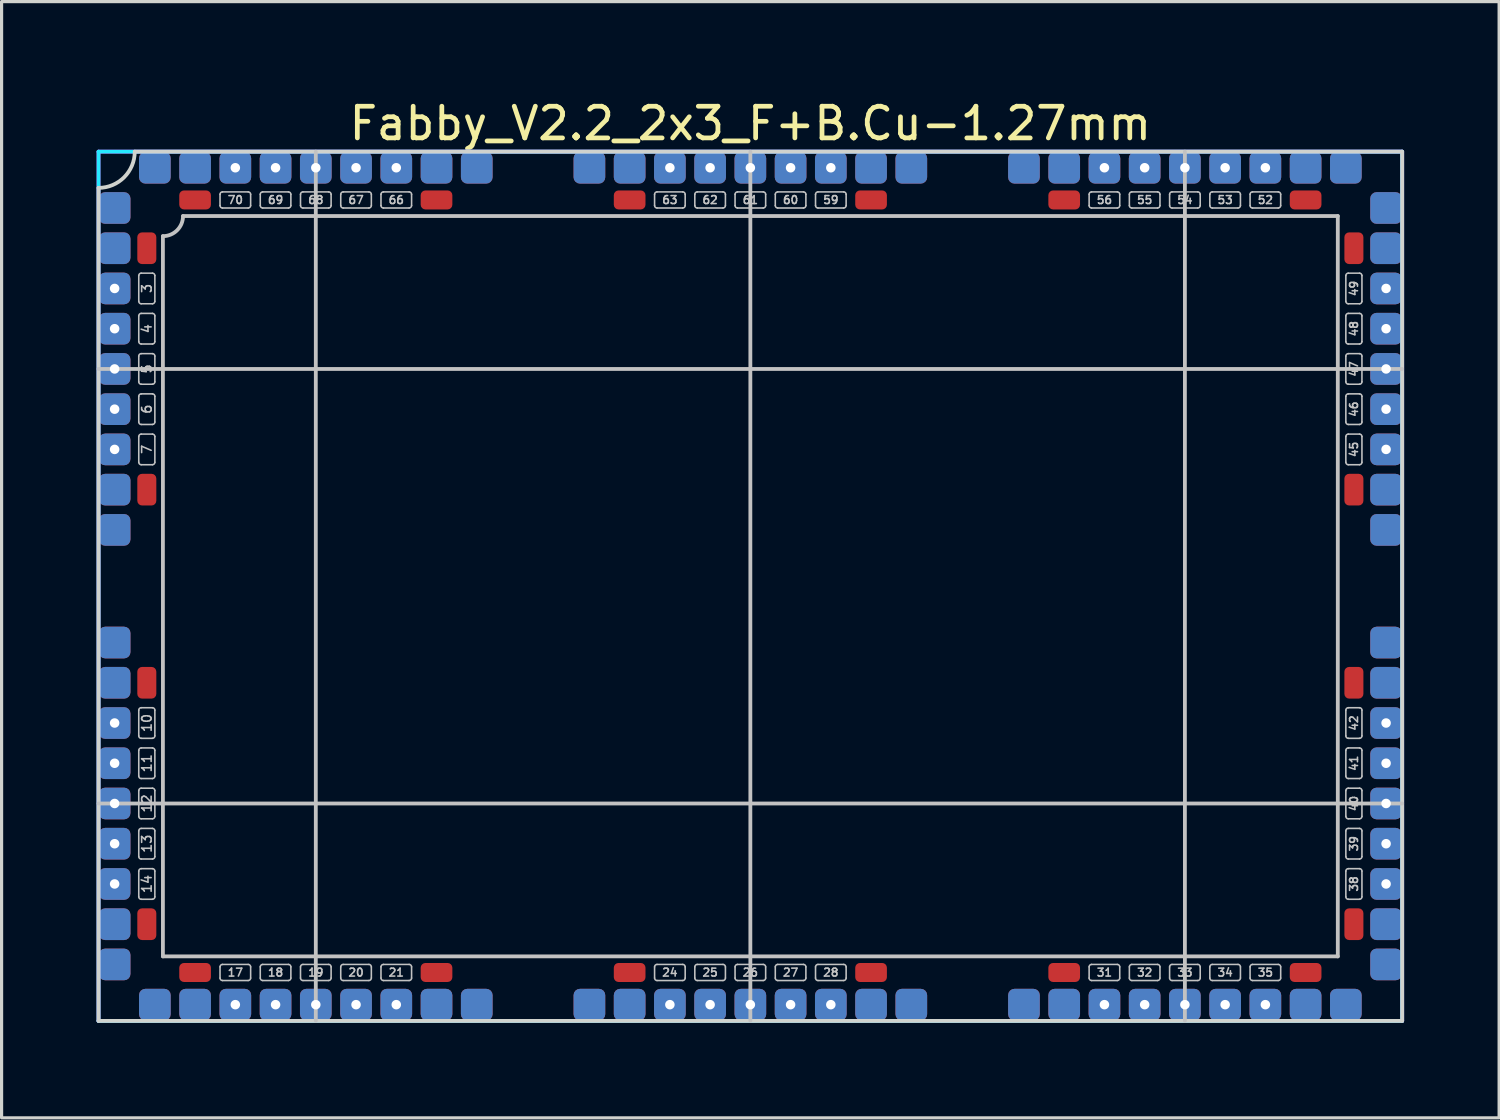
<source format=kicad_pcb>
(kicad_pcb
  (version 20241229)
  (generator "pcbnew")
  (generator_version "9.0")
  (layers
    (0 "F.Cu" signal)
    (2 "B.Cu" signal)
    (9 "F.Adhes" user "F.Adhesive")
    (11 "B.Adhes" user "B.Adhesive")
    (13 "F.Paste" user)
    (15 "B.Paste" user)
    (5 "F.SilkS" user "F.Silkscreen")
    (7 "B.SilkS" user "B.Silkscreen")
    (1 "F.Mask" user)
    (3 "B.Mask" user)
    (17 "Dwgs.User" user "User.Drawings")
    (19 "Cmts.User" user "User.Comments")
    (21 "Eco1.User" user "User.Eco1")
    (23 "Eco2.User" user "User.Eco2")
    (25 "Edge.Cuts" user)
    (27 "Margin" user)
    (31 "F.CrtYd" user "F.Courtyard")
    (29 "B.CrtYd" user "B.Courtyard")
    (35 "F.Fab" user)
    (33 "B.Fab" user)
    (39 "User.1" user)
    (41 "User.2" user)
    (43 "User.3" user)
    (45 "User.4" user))
  (footprint "Fabby_V2.2_2x3_F+B.Cu-1.27mm"
    (layer "F.Cu")
    (at 20.634 15.453)
    (property "Reference" "Fabby_V2.2_2x3_F+B.Cu-1.27mm" (at 0 -14.605 0) (layer "F.SilkS") (effects (font (size 1 1) (thickness 0.15))))
    (attr through_hole)
    (fp_line (start -19.304 -8.992) (end -19.304 -9.804) (stroke (width 0.05) (type solid)) (layer "Dwgs.User"))
    (fp_line (start -19.304 -7.722) (end -19.304 -8.534) (stroke (width 0.05) (type solid)) (layer "Dwgs.User"))
    (fp_line (start -19.304 -6.452) (end -19.304 -7.264) (stroke (width 0.05) (type solid)) (layer "Dwgs.User"))
    (fp_line (start -19.304 -5.182) (end -19.304 -5.994) (stroke (width 0.05) (type solid)) (layer "Dwgs.User"))
    (fp_line (start -19.304 -3.912) (end -19.304 -4.724) (stroke (width 0.05) (type solid)) (layer "Dwgs.User"))
    (fp_line (start -19.304 4.724) (end -19.304 3.912) (stroke (width 0.05) (type solid)) (layer "Dwgs.User"))
    (fp_line (start -19.304 5.994) (end -19.304 5.182) (stroke (width 0.05) (type solid)) (layer "Dwgs.User"))
    (fp_line (start -19.304 7.264) (end -19.304 6.452) (stroke (width 0.05) (type solid)) (layer "Dwgs.User"))
    (fp_line (start -19.304 8.534) (end -19.304 7.722) (stroke (width 0.05) (type solid)) (layer "Dwgs.User"))
    (fp_line (start -19.304 9.804) (end -19.304 8.992) (stroke (width 0.05) (type solid)) (layer "Dwgs.User"))
    (fp_line (start -19.228 -9.881) (end -18.872 -9.881) (stroke (width 0.05) (type solid)) (layer "Dwgs.User"))
    (fp_line (start -19.228 -8.915) (end -18.872 -8.915) (stroke (width 0.05) (type solid)) (layer "Dwgs.User"))
    (fp_line (start -19.228 -8.611) (end -18.872 -8.611) (stroke (width 0.05) (type solid)) (layer "Dwgs.User"))
    (fp_line (start -19.228 -7.645) (end -18.872 -7.645) (stroke (width 0.05) (type solid)) (layer "Dwgs.User"))
    (fp_line (start -19.228 -7.341) (end -18.872 -7.341) (stroke (width 0.05) (type solid)) (layer "Dwgs.User"))
    (fp_line (start -19.228 -6.375) (end -18.872 -6.375) (stroke (width 0.05) (type solid)) (layer "Dwgs.User"))
    (fp_line (start -19.228 -6.071) (end -18.872 -6.071) (stroke (width 0.05) (type solid)) (layer "Dwgs.User"))
    (fp_line (start -19.228 -5.105) (end -18.872 -5.105) (stroke (width 0.05) (type solid)) (layer "Dwgs.User"))
    (fp_line (start -19.228 -4.801) (end -18.872 -4.801) (stroke (width 0.05) (type solid)) (layer "Dwgs.User"))
    (fp_line (start -19.228 -3.835) (end -18.872 -3.835) (stroke (width 0.05) (type solid)) (layer "Dwgs.User"))
    (fp_line (start -19.228 3.835) (end -18.872 3.835) (stroke (width 0.05) (type solid)) (layer "Dwgs.User"))
    (fp_line (start -19.228 4.801) (end -18.872 4.801) (stroke (width 0.05) (type solid)) (layer "Dwgs.User"))
    (fp_line (start -19.228 5.105) (end -18.872 5.105) (stroke (width 0.05) (type solid)) (layer "Dwgs.User"))
    (fp_line (start -19.228 6.071) (end -18.872 6.071) (stroke (width 0.05) (type solid)) (layer "Dwgs.User"))
    (fp_line (start -19.228 6.375) (end -18.872 6.375) (stroke (width 0.05) (type solid)) (layer "Dwgs.User"))
    (fp_line (start -19.228 7.341) (end -18.872 7.341) (stroke (width 0.05) (type solid)) (layer "Dwgs.User"))
    (fp_line (start -19.228 7.645) (end -18.872 7.645) (stroke (width 0.05) (type solid)) (layer "Dwgs.User"))
    (fp_line (start -19.228 8.611) (end -18.872 8.611) (stroke (width 0.05) (type solid)) (layer "Dwgs.User"))
    (fp_line (start -19.228 8.915) (end -18.872 8.915) (stroke (width 0.05) (type solid)) (layer "Dwgs.User"))
    (fp_line (start -19.228 9.881) (end -18.872 9.881) (stroke (width 0.05) (type solid)) (layer "Dwgs.User"))
    (fp_line (start -18.796 -8.992) (end -18.796 -9.804) (stroke (width 0.05) (type solid)) (layer "Dwgs.User"))
    (fp_line (start -18.796 -7.722) (end -18.796 -8.534) (stroke (width 0.05) (type solid)) (layer "Dwgs.User"))
    (fp_line (start -18.796 -6.452) (end -18.796 -7.264) (stroke (width 0.05) (type solid)) (layer "Dwgs.User"))
    (fp_line (start -18.796 -5.182) (end -18.796 -5.994) (stroke (width 0.05) (type solid)) (layer "Dwgs.User"))
    (fp_line (start -18.796 -3.912) (end -18.796 -4.724) (stroke (width 0.05) (type solid)) (layer "Dwgs.User"))
    (fp_line (start -18.796 4.724) (end -18.796 3.912) (stroke (width 0.05) (type solid)) (layer "Dwgs.User"))
    (fp_line (start -18.796 5.994) (end -18.796 5.182) (stroke (width 0.05) (type solid)) (layer "Dwgs.User"))
    (fp_line (start -18.796 7.264) (end -18.796 6.452) (stroke (width 0.05) (type solid)) (layer "Dwgs.User"))
    (fp_line (start -18.796 8.534) (end -18.796 7.722) (stroke (width 0.05) (type solid)) (layer "Dwgs.User"))
    (fp_line (start -18.796 9.804) (end -18.796 8.992) (stroke (width 0.05) (type solid)) (layer "Dwgs.User"))
    (fp_line (start -18.542 11.684) (end -18.542 -11.049) (stroke (width 0.12) (type solid)) (layer "Dwgs.User"))
    (fp_line (start -17.907 -11.684) (end 18.542 -11.684) (stroke (width 0.12) (type solid)) (layer "Dwgs.User"))
    (fp_line (start -16.739 -12.014) (end -16.739 -12.37) (stroke (width 0.05) (type solid)) (layer "Dwgs.User"))
    (fp_line (start -16.739 12.37) (end -16.739 12.014) (stroke (width 0.05) (type solid)) (layer "Dwgs.User"))
    (fp_line (start -15.85 -12.446) (end -16.662 -12.446) (stroke (width 0.05) (type solid)) (layer "Dwgs.User"))
    (fp_line (start -15.85 -11.938) (end -16.662 -11.938) (stroke (width 0.05) (type solid)) (layer "Dwgs.User"))
    (fp_line (start -15.85 11.938) (end -16.662 11.938) (stroke (width 0.05) (type solid)) (layer "Dwgs.User"))
    (fp_line (start -15.85 12.446) (end -16.662 12.446) (stroke (width 0.05) (type solid)) (layer "Dwgs.User"))
    (fp_line (start -15.773 -12.014) (end -15.773 -12.37) (stroke (width 0.05) (type solid)) (layer "Dwgs.User"))
    (fp_line (start -15.773 12.37) (end -15.773 12.014) (stroke (width 0.05) (type solid)) (layer "Dwgs.User"))
    (fp_line (start -15.469 -12.014) (end -15.469 -12.37) (stroke (width 0.05) (type solid)) (layer "Dwgs.User"))
    (fp_line (start -15.469 12.37) (end -15.469 12.014) (stroke (width 0.05) (type solid)) (layer "Dwgs.User"))
    (fp_line (start -14.58 -12.446) (end -15.392 -12.446) (stroke (width 0.05) (type solid)) (layer "Dwgs.User"))
    (fp_line (start -14.58 -11.938) (end -15.392 -11.938) (stroke (width 0.05) (type solid)) (layer "Dwgs.User"))
    (fp_line (start -14.58 11.938) (end -15.392 11.938) (stroke (width 0.05) (type solid)) (layer "Dwgs.User"))
    (fp_line (start -14.58 12.446) (end -15.392 12.446) (stroke (width 0.05) (type solid)) (layer "Dwgs.User"))
    (fp_line (start -14.503 -12.014) (end -14.503 -12.37) (stroke (width 0.05) (type solid)) (layer "Dwgs.User"))
    (fp_line (start -14.503 12.37) (end -14.503 12.014) (stroke (width 0.05) (type solid)) (layer "Dwgs.User"))
    (fp_line (start -14.199 -12.014) (end -14.199 -12.37) (stroke (width 0.05) (type solid)) (layer "Dwgs.User"))
    (fp_line (start -14.199 12.37) (end -14.199 12.014) (stroke (width 0.05) (type solid)) (layer "Dwgs.User"))
    (fp_line (start -13.716 13.716) (end -13.716 -13.716) (stroke (width 0.12) (type solid)) (layer "Dwgs.User"))
    (fp_line (start -13.31 -12.446) (end -14.122 -12.446) (stroke (width 0.05) (type solid)) (layer "Dwgs.User"))
    (fp_line (start -13.31 -11.938) (end -14.122 -11.938) (stroke (width 0.05) (type solid)) (layer "Dwgs.User"))
    (fp_line (start -13.31 11.938) (end -14.122 11.938) (stroke (width 0.05) (type solid)) (layer "Dwgs.User"))
    (fp_line (start -13.31 12.446) (end -14.122 12.446) (stroke (width 0.05) (type solid)) (layer "Dwgs.User"))
    (fp_line (start -13.233 -12.014) (end -13.233 -12.37) (stroke (width 0.05) (type solid)) (layer "Dwgs.User"))
    (fp_line (start -13.233 12.37) (end -13.233 12.014) (stroke (width 0.05) (type solid)) (layer "Dwgs.User"))
    (fp_line (start -12.929 -12.014) (end -12.929 -12.37) (stroke (width 0.05) (type solid)) (layer "Dwgs.User"))
    (fp_line (start -12.929 12.37) (end -12.929 12.014) (stroke (width 0.05) (type solid)) (layer "Dwgs.User"))
    (fp_line (start -12.04 -12.446) (end -12.852 -12.446) (stroke (width 0.05) (type solid)) (layer "Dwgs.User"))
    (fp_line (start -12.04 -11.938) (end -12.852 -11.938) (stroke (width 0.05) (type solid)) (layer "Dwgs.User"))
    (fp_line (start -12.04 11.938) (end -12.852 11.938) (stroke (width 0.05) (type solid)) (layer "Dwgs.User"))
    (fp_line (start -12.04 12.446) (end -12.852 12.446) (stroke (width 0.05) (type solid)) (layer "Dwgs.User"))
    (fp_line (start -11.963 -12.014) (end -11.963 -12.37) (stroke (width 0.05) (type solid)) (layer "Dwgs.User"))
    (fp_line (start -11.963 12.37) (end -11.963 12.014) (stroke (width 0.05) (type solid)) (layer "Dwgs.User"))
    (fp_line (start -11.659 -12.014) (end -11.659 -12.37) (stroke (width 0.05) (type solid)) (layer "Dwgs.User"))
    (fp_line (start -11.659 12.37) (end -11.659 12.014) (stroke (width 0.05) (type solid)) (layer "Dwgs.User"))
    (fp_line (start -10.77 -12.446) (end -11.582 -12.446) (stroke (width 0.05) (type solid)) (layer "Dwgs.User"))
    (fp_line (start -10.77 -11.938) (end -11.582 -11.938) (stroke (width 0.05) (type solid)) (layer "Dwgs.User"))
    (fp_line (start -10.77 11.938) (end -11.582 11.938) (stroke (width 0.05) (type solid)) (layer "Dwgs.User"))
    (fp_line (start -10.77 12.446) (end -11.582 12.446) (stroke (width 0.05) (type solid)) (layer "Dwgs.User"))
    (fp_line (start -10.693 -12.014) (end -10.693 -12.37) (stroke (width 0.05) (type solid)) (layer "Dwgs.User"))
    (fp_line (start -10.693 12.37) (end -10.693 12.014) (stroke (width 0.05) (type solid)) (layer "Dwgs.User"))
    (fp_line (start -3.023 -12.014) (end -3.023 -12.37) (stroke (width 0.05) (type solid)) (layer "Dwgs.User"))
    (fp_line (start -3.023 12.37) (end -3.023 12.014) (stroke (width 0.05) (type solid)) (layer "Dwgs.User"))
    (fp_line (start -2.134 -12.446) (end -2.946 -12.446) (stroke (width 0.05) (type solid)) (layer "Dwgs.User"))
    (fp_line (start -2.134 -11.938) (end -2.946 -11.938) (stroke (width 0.05) (type solid)) (layer "Dwgs.User"))
    (fp_line (start -2.134 11.938) (end -2.946 11.938) (stroke (width 0.05) (type solid)) (layer "Dwgs.User"))
    (fp_line (start -2.134 12.446) (end -2.946 12.446) (stroke (width 0.05) (type solid)) (layer "Dwgs.User"))
    (fp_line (start -2.057 -12.014) (end -2.057 -12.37) (stroke (width 0.05) (type solid)) (layer "Dwgs.User"))
    (fp_line (start -2.057 12.37) (end -2.057 12.014) (stroke (width 0.05) (type solid)) (layer "Dwgs.User"))
    (fp_line (start -1.753 -12.014) (end -1.753 -12.37) (stroke (width 0.05) (type solid)) (layer "Dwgs.User"))
    (fp_line (start -1.753 12.37) (end -1.753 12.014) (stroke (width 0.05) (type solid)) (layer "Dwgs.User"))
    (fp_line (start -0.864 -12.446) (end -1.676 -12.446) (stroke (width 0.05) (type solid)) (layer "Dwgs.User"))
    (fp_line (start -0.864 -11.938) (end -1.676 -11.938) (stroke (width 0.05) (type solid)) (layer "Dwgs.User"))
    (fp_line (start -0.864 11.938) (end -1.676 11.938) (stroke (width 0.05) (type solid)) (layer "Dwgs.User"))
    (fp_line (start -0.864 12.446) (end -1.676 12.446) (stroke (width 0.05) (type solid)) (layer "Dwgs.User"))
    (fp_line (start -0.787 -12.014) (end -0.787 -12.37) (stroke (width 0.05) (type solid)) (layer "Dwgs.User"))
    (fp_line (start -0.787 12.37) (end -0.787 12.014) (stroke (width 0.05) (type solid)) (layer "Dwgs.User"))
    (fp_line (start -0.483 -12.014) (end -0.483 -12.37) (stroke (width 0.05) (type solid)) (layer "Dwgs.User"))
    (fp_line (start -0.483 12.37) (end -0.483 12.014) (stroke (width 0.05) (type solid)) (layer "Dwgs.User"))
    (fp_line (start 0 -13.716) (end 0 13.716) (stroke (width 0.12) (type solid)) (layer "Dwgs.User"))
    (fp_line (start 0.406 -12.446) (end -0.406 -12.446) (stroke (width 0.05) (type solid)) (layer "Dwgs.User"))
    (fp_line (start 0.406 -11.938) (end -0.406 -11.938) (stroke (width 0.05) (type solid)) (layer "Dwgs.User"))
    (fp_line (start 0.406 11.938) (end -0.406 11.938) (stroke (width 0.05) (type solid)) (layer "Dwgs.User"))
    (fp_line (start 0.406 12.446) (end -0.406 12.446) (stroke (width 0.05) (type solid)) (layer "Dwgs.User"))
    (fp_line (start 0.483 -12.014) (end 0.483 -12.37) (stroke (width 0.05) (type solid)) (layer "Dwgs.User"))
    (fp_line (start 0.483 12.37) (end 0.483 12.014) (stroke (width 0.05) (type solid)) (layer "Dwgs.User"))
    (fp_line (start 0.787 -12.014) (end 0.787 -12.37) (stroke (width 0.05) (type solid)) (layer "Dwgs.User"))
    (fp_line (start 0.787 12.37) (end 0.787 12.014) (stroke (width 0.05) (type solid)) (layer "Dwgs.User"))
    (fp_line (start 1.676 -12.446) (end 0.864 -12.446) (stroke (width 0.05) (type solid)) (layer "Dwgs.User"))
    (fp_line (start 1.676 -11.938) (end 0.864 -11.938) (stroke (width 0.05) (type solid)) (layer "Dwgs.User"))
    (fp_line (start 1.676 11.938) (end 0.864 11.938) (stroke (width 0.05) (type solid)) (layer "Dwgs.User"))
    (fp_line (start 1.676 12.446) (end 0.864 12.446) (stroke (width 0.05) (type solid)) (layer "Dwgs.User"))
    (fp_line (start 1.753 -12.014) (end 1.753 -12.37) (stroke (width 0.05) (type solid)) (layer "Dwgs.User"))
    (fp_line (start 1.753 12.37) (end 1.753 12.014) (stroke (width 0.05) (type solid)) (layer "Dwgs.User"))
    (fp_line (start 2.057 -12.014) (end 2.057 -12.37) (stroke (width 0.05) (type solid)) (layer "Dwgs.User"))
    (fp_line (start 2.057 12.37) (end 2.057 12.014) (stroke (width 0.05) (type solid)) (layer "Dwgs.User"))
    (fp_line (start 2.946 -12.446) (end 2.134 -12.446) (stroke (width 0.05) (type solid)) (layer "Dwgs.User"))
    (fp_line (start 2.946 -11.938) (end 2.134 -11.938) (stroke (width 0.05) (type solid)) (layer "Dwgs.User"))
    (fp_line (start 2.946 11.938) (end 2.134 11.938) (stroke (width 0.05) (type solid)) (layer "Dwgs.User"))
    (fp_line (start 2.946 12.446) (end 2.134 12.446) (stroke (width 0.05) (type solid)) (layer "Dwgs.User"))
    (fp_line (start 3.023 -12.014) (end 3.023 -12.37) (stroke (width 0.05) (type solid)) (layer "Dwgs.User"))
    (fp_line (start 3.023 12.37) (end 3.023 12.014) (stroke (width 0.05) (type solid)) (layer "Dwgs.User"))
    (fp_line (start 10.693 -12.014) (end 10.693 -12.37) (stroke (width 0.05) (type solid)) (layer "Dwgs.User"))
    (fp_line (start 10.693 12.014) (end 10.693 12.37) (stroke (width 0.05) (type solid)) (layer "Dwgs.User"))
    (fp_line (start 10.77 11.938) (end 11.582 11.938) (stroke (width 0.05) (type solid)) (layer "Dwgs.User"))
    (fp_line (start 10.77 12.446) (end 11.582 12.446) (stroke (width 0.05) (type solid)) (layer "Dwgs.User"))
    (fp_line (start 11.582 -12.446) (end 10.77 -12.446) (stroke (width 0.05) (type solid)) (layer "Dwgs.User"))
    (fp_line (start 11.582 -11.938) (end 10.77 -11.938) (stroke (width 0.05) (type solid)) (layer "Dwgs.User"))
    (fp_line (start 11.659 -12.014) (end 11.659 -12.37) (stroke (width 0.05) (type solid)) (layer "Dwgs.User"))
    (fp_line (start 11.659 12.014) (end 11.659 12.37) (stroke (width 0.05) (type solid)) (layer "Dwgs.User"))
    (fp_line (start 11.963 -12.014) (end 11.963 -12.37) (stroke (width 0.05) (type solid)) (layer "Dwgs.User"))
    (fp_line (start 11.963 12.014) (end 11.963 12.37) (stroke (width 0.05) (type solid)) (layer "Dwgs.User"))
    (fp_line (start 12.04 11.938) (end 12.852 11.938) (stroke (width 0.05) (type solid)) (layer "Dwgs.User"))
    (fp_line (start 12.04 12.446) (end 12.852 12.446) (stroke (width 0.05) (type solid)) (layer "Dwgs.User"))
    (fp_line (start 12.852 -12.446) (end 12.04 -12.446) (stroke (width 0.05) (type solid)) (layer "Dwgs.User"))
    (fp_line (start 12.852 -11.938) (end 12.04 -11.938) (stroke (width 0.05) (type solid)) (layer "Dwgs.User"))
    (fp_line (start 12.929 -12.014) (end 12.929 -12.37) (stroke (width 0.05) (type solid)) (layer "Dwgs.User"))
    (fp_line (start 12.929 12.014) (end 12.929 12.37) (stroke (width 0.05) (type solid)) (layer "Dwgs.User"))
    (fp_line (start 13.233 -12.014) (end 13.233 -12.37) (stroke (width 0.05) (type solid)) (layer "Dwgs.User"))
    (fp_line (start 13.233 12.014) (end 13.233 12.37) (stroke (width 0.05) (type solid)) (layer "Dwgs.User"))
    (fp_line (start 13.31 11.938) (end 14.122 11.938) (stroke (width 0.05) (type solid)) (layer "Dwgs.User"))
    (fp_line (start 13.31 12.446) (end 14.122 12.446) (stroke (width 0.05) (type solid)) (layer "Dwgs.User"))
    (fp_line (start 13.716 13.716) (end 13.716 -13.716) (stroke (width 0.12) (type solid)) (layer "Dwgs.User"))
    (fp_line (start 14.122 -12.446) (end 13.31 -12.446) (stroke (width 0.05) (type solid)) (layer "Dwgs.User"))
    (fp_line (start 14.122 -11.938) (end 13.31 -11.938) (stroke (width 0.05) (type solid)) (layer "Dwgs.User"))
    (fp_line (start 14.199 -12.014) (end 14.199 -12.37) (stroke (width 0.05) (type solid)) (layer "Dwgs.User"))
    (fp_line (start 14.199 12.014) (end 14.199 12.37) (stroke (width 0.05) (type solid)) (layer "Dwgs.User"))
    (fp_line (start 14.503 -12.014) (end 14.503 -12.37) (stroke (width 0.05) (type solid)) (layer "Dwgs.User"))
    (fp_line (start 14.503 12.014) (end 14.503 12.37) (stroke (width 0.05) (type solid)) (layer "Dwgs.User"))
    (fp_line (start 14.58 11.938) (end 15.392 11.938) (stroke (width 0.05) (type solid)) (layer "Dwgs.User"))
    (fp_line (start 14.58 12.446) (end 15.392 12.446) (stroke (width 0.05) (type solid)) (layer "Dwgs.User"))
    (fp_line (start 15.392 -12.446) (end 14.58 -12.446) (stroke (width 0.05) (type solid)) (layer "Dwgs.User"))
    (fp_line (start 15.392 -11.938) (end 14.58 -11.938) (stroke (width 0.05) (type solid)) (layer "Dwgs.User"))
    (fp_line (start 15.469 -12.014) (end 15.469 -12.37) (stroke (width 0.05) (type solid)) (layer "Dwgs.User"))
    (fp_line (start 15.469 12.014) (end 15.469 12.37) (stroke (width 0.05) (type solid)) (layer "Dwgs.User"))
    (fp_line (start 15.773 -12.014) (end 15.773 -12.37) (stroke (width 0.05) (type solid)) (layer "Dwgs.User"))
    (fp_line (start 15.773 12.014) (end 15.773 12.37) (stroke (width 0.05) (type solid)) (layer "Dwgs.User"))
    (fp_line (start 15.85 11.938) (end 16.662 11.938) (stroke (width 0.05) (type solid)) (layer "Dwgs.User"))
    (fp_line (start 15.85 12.446) (end 16.662 12.446) (stroke (width 0.05) (type solid)) (layer "Dwgs.User"))
    (fp_line (start 16.662 -12.446) (end 15.85 -12.446) (stroke (width 0.05) (type solid)) (layer "Dwgs.User"))
    (fp_line (start 16.662 -11.938) (end 15.85 -11.938) (stroke (width 0.05) (type solid)) (layer "Dwgs.User"))
    (fp_line (start 16.739 -12.014) (end 16.739 -12.37) (stroke (width 0.05) (type solid)) (layer "Dwgs.User"))
    (fp_line (start 16.739 12.014) (end 16.739 12.37) (stroke (width 0.05) (type solid)) (layer "Dwgs.User"))
    (fp_line (start 18.542 -11.684) (end 18.542 11.684) (stroke (width 0.12) (type solid)) (layer "Dwgs.User"))
    (fp_line (start 18.542 11.684) (end -18.542 11.684) (stroke (width 0.12) (type solid)) (layer "Dwgs.User"))
    (fp_line (start 18.796 -8.992) (end 18.796 -9.804) (stroke (width 0.05) (type solid)) (layer "Dwgs.User"))
    (fp_line (start 18.796 -7.722) (end 18.796 -8.534) (stroke (width 0.05) (type solid)) (layer "Dwgs.User"))
    (fp_line (start 18.796 -6.452) (end 18.796 -7.264) (stroke (width 0.05) (type solid)) (layer "Dwgs.User"))
    (fp_line (start 18.796 -5.182) (end 18.796 -5.994) (stroke (width 0.05) (type solid)) (layer "Dwgs.User"))
    (fp_line (start 18.796 -3.912) (end 18.796 -4.724) (stroke (width 0.05) (type solid)) (layer "Dwgs.User"))
    (fp_line (start 18.796 4.724) (end 18.796 3.912) (stroke (width 0.05) (type solid)) (layer "Dwgs.User"))
    (fp_line (start 18.796 5.994) (end 18.796 5.182) (stroke (width 0.05) (type solid)) (layer "Dwgs.User"))
    (fp_line (start 18.796 7.264) (end 18.796 6.452) (stroke (width 0.05) (type solid)) (layer "Dwgs.User"))
    (fp_line (start 18.796 8.534) (end 18.796 7.722) (stroke (width 0.05) (type solid)) (layer "Dwgs.User"))
    (fp_line (start 18.796 9.804) (end 18.796 8.992) (stroke (width 0.05) (type solid)) (layer "Dwgs.User"))
    (fp_line (start 18.872 -9.881) (end 19.228 -9.881) (stroke (width 0.05) (type solid)) (layer "Dwgs.User"))
    (fp_line (start 18.872 -8.915) (end 19.228 -8.915) (stroke (width 0.05) (type solid)) (layer "Dwgs.User"))
    (fp_line (start 18.872 -8.611) (end 19.228 -8.611) (stroke (width 0.05) (type solid)) (layer "Dwgs.User"))
    (fp_line (start 18.872 -7.645) (end 19.228 -7.645) (stroke (width 0.05) (type solid)) (layer "Dwgs.User"))
    (fp_line (start 18.872 -7.341) (end 19.228 -7.341) (stroke (width 0.05) (type solid)) (layer "Dwgs.User"))
    (fp_line (start 18.872 -6.375) (end 19.228 -6.375) (stroke (width 0.05) (type solid)) (layer "Dwgs.User"))
    (fp_line (start 18.872 -6.071) (end 19.228 -6.071) (stroke (width 0.05) (type solid)) (layer "Dwgs.User"))
    (fp_line (start 18.872 -5.105) (end 19.228 -5.105) (stroke (width 0.05) (type solid)) (layer "Dwgs.User"))
    (fp_line (start 18.872 -4.801) (end 19.228 -4.801) (stroke (width 0.05) (type solid)) (layer "Dwgs.User"))
    (fp_line (start 18.872 -3.835) (end 19.228 -3.835) (stroke (width 0.05) (type solid)) (layer "Dwgs.User"))
    (fp_line (start 18.872 3.835) (end 19.228 3.835) (stroke (width 0.05) (type solid)) (layer "Dwgs.User"))
    (fp_line (start 18.872 4.801) (end 19.228 4.801) (stroke (width 0.05) (type solid)) (layer "Dwgs.User"))
    (fp_line (start 18.872 5.105) (end 19.228 5.105) (stroke (width 0.05) (type solid)) (layer "Dwgs.User"))
    (fp_line (start 18.872 6.071) (end 19.228 6.071) (stroke (width 0.05) (type solid)) (layer "Dwgs.User"))
    (fp_line (start 18.872 6.375) (end 19.228 6.375) (stroke (width 0.05) (type solid)) (layer "Dwgs.User"))
    (fp_line (start 18.872 7.341) (end 19.228 7.341) (stroke (width 0.05) (type solid)) (layer "Dwgs.User"))
    (fp_line (start 18.872 7.645) (end 19.228 7.645) (stroke (width 0.05) (type solid)) (layer "Dwgs.User"))
    (fp_line (start 18.872 8.611) (end 19.228 8.611) (stroke (width 0.05) (type solid)) (layer "Dwgs.User"))
    (fp_line (start 18.872 8.915) (end 19.228 8.915) (stroke (width 0.05) (type solid)) (layer "Dwgs.User"))
    (fp_line (start 18.872 9.881) (end 19.228 9.881) (stroke (width 0.05) (type solid)) (layer "Dwgs.User"))
    (fp_line (start 19.304 -8.992) (end 19.304 -9.804) (stroke (width 0.05) (type solid)) (layer "Dwgs.User"))
    (fp_line (start 19.304 -7.722) (end 19.304 -8.534) (stroke (width 0.05) (type solid)) (layer "Dwgs.User"))
    (fp_line (start 19.304 -6.452) (end 19.304 -7.264) (stroke (width 0.05) (type solid)) (layer "Dwgs.User"))
    (fp_line (start 19.304 -5.182) (end 19.304 -5.994) (stroke (width 0.05) (type solid)) (layer "Dwgs.User"))
    (fp_line (start 19.304 -3.912) (end 19.304 -4.724) (stroke (width 0.05) (type solid)) (layer "Dwgs.User"))
    (fp_line (start 19.304 4.724) (end 19.304 3.912) (stroke (width 0.05) (type solid)) (layer "Dwgs.User"))
    (fp_line (start 19.304 5.994) (end 19.304 5.182) (stroke (width 0.05) (type solid)) (layer "Dwgs.User"))
    (fp_line (start 19.304 7.264) (end 19.304 6.452) (stroke (width 0.05) (type solid)) (layer "Dwgs.User"))
    (fp_line (start 19.304 8.534) (end 19.304 7.722) (stroke (width 0.05) (type solid)) (layer "Dwgs.User"))
    (fp_line (start 19.304 9.804) (end 19.304 8.992) (stroke (width 0.05) (type solid)) (layer "Dwgs.User"))
    (fp_line (start 20.574 -6.858) (end -20.574 -6.858) (stroke (width 0.12) (type solid)) (layer "Dwgs.User"))
    (fp_line (start 20.574 6.858) (end -20.574 6.858) (stroke (width 0.12) (type solid)) (layer "Dwgs.User"))
    (fp_arc (start -19.304 -9.8044) (mid -19.281682 -9.858282) (end -19.2278 -9.8806) (stroke (width 0.05) (type solid)) (layer "Dwgs.User"))
    (fp_arc (start -19.304 -8.5344) (mid -19.281682 -8.588282) (end -19.2278 -8.6106) (stroke (width 0.05) (type solid)) (layer "Dwgs.User"))
    (fp_arc (start -19.304 -7.2644) (mid -19.281682 -7.318282) (end -19.2278 -7.3406) (stroke (width 0.05) (type solid)) (layer "Dwgs.User"))
    (fp_arc (start -19.304 -5.9944) (mid -19.281682 -6.048282) (end -19.2278 -6.0706) (stroke (width 0.05) (type solid)) (layer "Dwgs.User"))
    (fp_arc (start -19.304 -4.7244) (mid -19.281682 -4.778282) (end -19.2278 -4.8006) (stroke (width 0.05) (type solid)) (layer "Dwgs.User"))
    (fp_arc (start -19.304 3.9116) (mid -19.281682 3.857718) (end -19.2278 3.8354) (stroke (width 0.05) (type solid)) (layer "Dwgs.User"))
    (fp_arc (start -19.304 5.1816) (mid -19.281682 5.127718) (end -19.2278 5.1054) (stroke (width 0.05) (type solid)) (layer "Dwgs.User"))
    (fp_arc (start -19.304 6.4516) (mid -19.281682 6.397718) (end -19.2278 6.3754) (stroke (width 0.05) (type solid)) (layer "Dwgs.User"))
    (fp_arc (start -19.304 7.7216) (mid -19.281682 7.667718) (end -19.2278 7.6454) (stroke (width 0.05) (type solid)) (layer "Dwgs.User"))
    (fp_arc (start -19.304 8.9916) (mid -19.281682 8.937718) (end -19.2278 8.9154) (stroke (width 0.05) (type solid)) (layer "Dwgs.User"))
    (fp_arc (start -19.2278 -8.9154) (mid -19.281682 -8.937718) (end -19.304 -8.9916) (stroke (width 0.05) (type solid)) (layer "Dwgs.User"))
    (fp_arc (start -19.2278 -7.6454) (mid -19.281682 -7.667718) (end -19.304 -7.7216) (stroke (width 0.05) (type solid)) (layer "Dwgs.User"))
    (fp_arc (start -19.2278 -6.3754) (mid -19.281682 -6.397718) (end -19.304 -6.4516) (stroke (width 0.05) (type solid)) (layer "Dwgs.User"))
    (fp_arc (start -19.2278 -5.1054) (mid -19.281682 -5.127718) (end -19.304 -5.1816) (stroke (width 0.05) (type solid)) (layer "Dwgs.User"))
    (fp_arc (start -19.2278 -3.8354) (mid -19.281682 -3.857718) (end -19.304 -3.9116) (stroke (width 0.05) (type solid)) (layer "Dwgs.User"))
    (fp_arc (start -19.2278 4.8006) (mid -19.281682 4.778282) (end -19.304 4.7244) (stroke (width 0.05) (type solid)) (layer "Dwgs.User"))
    (fp_arc (start -19.2278 6.0706) (mid -19.281682 6.048282) (end -19.304 5.9944) (stroke (width 0.05) (type solid)) (layer "Dwgs.User"))
    (fp_arc (start -19.2278 7.3406) (mid -19.281682 7.318282) (end -19.304 7.2644) (stroke (width 0.05) (type solid)) (layer "Dwgs.User"))
    (fp_arc (start -19.2278 8.6106) (mid -19.281682 8.588282) (end -19.304 8.5344) (stroke (width 0.05) (type solid)) (layer "Dwgs.User"))
    (fp_arc (start -19.2278 9.8806) (mid -19.281682 9.858282) (end -19.304 9.8044) (stroke (width 0.05) (type solid)) (layer "Dwgs.User"))
    (fp_arc (start -18.8722 -9.8806) (mid -18.818318 -9.858282) (end -18.796 -9.8044) (stroke (width 0.05) (type solid)) (layer "Dwgs.User"))
    (fp_arc (start -18.8722 -8.6106) (mid -18.818318 -8.588282) (end -18.796 -8.5344) (stroke (width 0.05) (type solid)) (layer "Dwgs.User"))
    (fp_arc (start -18.8722 -7.3406) (mid -18.818318 -7.318282) (end -18.796 -7.2644) (stroke (width 0.05) (type solid)) (layer "Dwgs.User"))
    (fp_arc (start -18.8722 -6.0706) (mid -18.818318 -6.048282) (end -18.796 -5.9944) (stroke (width 0.05) (type solid)) (layer "Dwgs.User"))
    (fp_arc (start -18.8722 -4.8006) (mid -18.818318 -4.778282) (end -18.796 -4.7244) (stroke (width 0.05) (type solid)) (layer "Dwgs.User"))
    (fp_arc (start -18.8722 3.8354) (mid -18.818318 3.857718) (end -18.796 3.9116) (stroke (width 0.05) (type solid)) (layer "Dwgs.User"))
    (fp_arc (start -18.8722 5.1054) (mid -18.818318 5.127718) (end -18.796 5.1816) (stroke (width 0.05) (type solid)) (layer "Dwgs.User"))
    (fp_arc (start -18.8722 6.3754) (mid -18.818318 6.397718) (end -18.796 6.4516) (stroke (width 0.05) (type solid)) (layer "Dwgs.User"))
    (fp_arc (start -18.8722 7.6454) (mid -18.818318 7.667718) (end -18.796 7.7216) (stroke (width 0.05) (type solid)) (layer "Dwgs.User"))
    (fp_arc (start -18.8722 8.9154) (mid -18.818318 8.937718) (end -18.796 8.9916) (stroke (width 0.05) (type solid)) (layer "Dwgs.User"))
    (fp_arc (start -18.796 -8.9916) (mid -18.818318 -8.937718) (end -18.8722 -8.9154) (stroke (width 0.05) (type solid)) (layer "Dwgs.User"))
    (fp_arc (start -18.796 -7.7216) (mid -18.818318 -7.667718) (end -18.8722 -7.6454) (stroke (width 0.05) (type solid)) (layer "Dwgs.User"))
    (fp_arc (start -18.796 -6.4516) (mid -18.818318 -6.397718) (end -18.8722 -6.3754) (stroke (width 0.05) (type solid)) (layer "Dwgs.User"))
    (fp_arc (start -18.796 -5.1816) (mid -18.818318 -5.127718) (end -18.8722 -5.1054) (stroke (width 0.05) (type solid)) (layer "Dwgs.User"))
    (fp_arc (start -18.796 -3.9116) (mid -18.818318 -3.857718) (end -18.8722 -3.8354) (stroke (width 0.05) (type solid)) (layer "Dwgs.User"))
    (fp_arc (start -18.796 4.7244) (mid -18.818318 4.778282) (end -18.8722 4.8006) (stroke (width 0.05) (type solid)) (layer "Dwgs.User"))
    (fp_arc (start -18.796 5.9944) (mid -18.818318 6.048282) (end -18.8722 6.0706) (stroke (width 0.05) (type solid)) (layer "Dwgs.User"))
    (fp_arc (start -18.796 7.2644) (mid -18.818318 7.318282) (end -18.8722 7.3406) (stroke (width 0.05) (type solid)) (layer "Dwgs.User"))
    (fp_arc (start -18.796 8.5344) (mid -18.818318 8.588282) (end -18.8722 8.6106) (stroke (width 0.05) (type solid)) (layer "Dwgs.User"))
    (fp_arc (start -18.796 9.8044) (mid -18.818318 9.858282) (end -18.8722 9.8806) (stroke (width 0.05) (type solid)) (layer "Dwgs.User"))
    (fp_arc (start -17.907 -11.684) (mid -18.092987 -11.234987) (end -18.542 -11.049) (stroke (width 0.12) (type solid)) (layer "Dwgs.User"))
    (fp_arc (start -16.7386 -12.3698) (mid -16.716282 -12.423682) (end -16.6624 -12.446) (stroke (width 0.05) (type solid)) (layer "Dwgs.User"))
    (fp_arc (start -16.7386 12.0142) (mid -16.716282 11.960318) (end -16.6624 11.938) (stroke (width 0.05) (type solid)) (layer "Dwgs.User"))
    (fp_arc (start -16.6624 -11.938) (mid -16.716282 -11.960318) (end -16.7386 -12.0142) (stroke (width 0.05) (type solid)) (layer "Dwgs.User"))
    (fp_arc (start -16.6624 12.446) (mid -16.716282 12.423682) (end -16.7386 12.3698) (stroke (width 0.05) (type solid)) (layer "Dwgs.User"))
    (fp_arc (start -15.8496 -12.446) (mid -15.795718 -12.423682) (end -15.7734 -12.3698) (stroke (width 0.05) (type solid)) (layer "Dwgs.User"))
    (fp_arc (start -15.8496 11.938) (mid -15.795718 11.960318) (end -15.7734 12.0142) (stroke (width 0.05) (type solid)) (layer "Dwgs.User"))
    (fp_arc (start -15.7734 -12.0142) (mid -15.795718 -11.960318) (end -15.8496 -11.938) (stroke (width 0.05) (type solid)) (layer "Dwgs.User"))
    (fp_arc (start -15.7734 12.3698) (mid -15.795718 12.423682) (end -15.8496 12.446) (stroke (width 0.05) (type solid)) (layer "Dwgs.User"))
    (fp_arc (start -15.4686 -12.3698) (mid -15.446282 -12.423682) (end -15.3924 -12.446) (stroke (width 0.05) (type solid)) (layer "Dwgs.User"))
    (fp_arc (start -15.4686 12.0142) (mid -15.446282 11.960318) (end -15.3924 11.938) (stroke (width 0.05) (type solid)) (layer "Dwgs.User"))
    (fp_arc (start -15.3924 -11.938) (mid -15.446282 -11.960318) (end -15.4686 -12.0142) (stroke (width 0.05) (type solid)) (layer "Dwgs.User"))
    (fp_arc (start -15.3924 12.446) (mid -15.446282 12.423682) (end -15.4686 12.3698) (stroke (width 0.05) (type solid)) (layer "Dwgs.User"))
    (fp_arc (start -14.5796 -12.446) (mid -14.525718 -12.423682) (end -14.5034 -12.3698) (stroke (width 0.05) (type solid)) (layer "Dwgs.User"))
    (fp_arc (start -14.5796 11.938) (mid -14.525718 11.960318) (end -14.5034 12.0142) (stroke (width 0.05) (type solid)) (layer "Dwgs.User"))
    (fp_arc (start -14.5034 -12.0142) (mid -14.525718 -11.960318) (end -14.5796 -11.938) (stroke (width 0.05) (type solid)) (layer "Dwgs.User"))
    (fp_arc (start -14.5034 12.3698) (mid -14.525718 12.423682) (end -14.5796 12.446) (stroke (width 0.05) (type solid)) (layer "Dwgs.User"))
    (fp_arc (start -14.1986 -12.3698) (mid -14.176282 -12.423682) (end -14.1224 -12.446) (stroke (width 0.05) (type solid)) (layer "Dwgs.User"))
    (fp_arc (start -14.1986 12.0142) (mid -14.176282 11.960318) (end -14.1224 11.938) (stroke (width 0.05) (type solid)) (layer "Dwgs.User"))
    (fp_arc (start -14.1224 -11.938) (mid -14.176282 -11.960318) (end -14.1986 -12.0142) (stroke (width 0.05) (type solid)) (layer "Dwgs.User"))
    (fp_arc (start -14.1224 12.446) (mid -14.176282 12.423682) (end -14.1986 12.3698) (stroke (width 0.05) (type solid)) (layer "Dwgs.User"))
    (fp_arc (start -13.3096 -12.446) (mid -13.255718 -12.423682) (end -13.2334 -12.3698) (stroke (width 0.05) (type solid)) (layer "Dwgs.User"))
    (fp_arc (start -13.3096 11.938) (mid -13.255718 11.960318) (end -13.2334 12.0142) (stroke (width 0.05) (type solid)) (layer "Dwgs.User"))
    (fp_arc (start -13.2334 -12.0142) (mid -13.255718 -11.960318) (end -13.3096 -11.938) (stroke (width 0.05) (type solid)) (layer "Dwgs.User"))
    (fp_arc (start -13.2334 12.3698) (mid -13.255718 12.423682) (end -13.3096 12.446) (stroke (width 0.05) (type solid)) (layer "Dwgs.User"))
    (fp_arc (start -12.9286 -12.3698) (mid -12.906282 -12.423682) (end -12.8524 -12.446) (stroke (width 0.05) (type solid)) (layer "Dwgs.User"))
    (fp_arc (start -12.9286 12.0142) (mid -12.906282 11.960318) (end -12.8524 11.938) (stroke (width 0.05) (type solid)) (layer "Dwgs.User"))
    (fp_arc (start -12.8524 -11.938) (mid -12.906282 -11.960318) (end -12.9286 -12.0142) (stroke (width 0.05) (type solid)) (layer "Dwgs.User"))
    (fp_arc (start -12.8524 12.446) (mid -12.906282 12.423682) (end -12.9286 12.3698) (stroke (width 0.05) (type solid)) (layer "Dwgs.User"))
    (fp_arc (start -12.0396 -12.446) (mid -11.985718 -12.423682) (end -11.9634 -12.3698) (stroke (width 0.05) (type solid)) (layer "Dwgs.User"))
    (fp_arc (start -12.0396 11.938) (mid -11.985718 11.960318) (end -11.9634 12.0142) (stroke (width 0.05) (type solid)) (layer "Dwgs.User"))
    (fp_arc (start -11.9634 -12.0142) (mid -11.985718 -11.960318) (end -12.0396 -11.938) (stroke (width 0.05) (type solid)) (layer "Dwgs.User"))
    (fp_arc (start -11.9634 12.3698) (mid -11.985718 12.423682) (end -12.0396 12.446) (stroke (width 0.05) (type solid)) (layer "Dwgs.User"))
    (fp_arc (start -11.6586 -12.3698) (mid -11.636282 -12.423682) (end -11.5824 -12.446) (stroke (width 0.05) (type solid)) (layer "Dwgs.User"))
    (fp_arc (start -11.6586 12.0142) (mid -11.636282 11.960318) (end -11.5824 11.938) (stroke (width 0.05) (type solid)) (layer "Dwgs.User"))
    (fp_arc (start -11.5824 -11.938) (mid -11.636282 -11.960318) (end -11.6586 -12.0142) (stroke (width 0.05) (type solid)) (layer "Dwgs.User"))
    (fp_arc (start -11.5824 12.446) (mid -11.636282 12.423682) (end -11.6586 12.3698) (stroke (width 0.05) (type solid)) (layer "Dwgs.User"))
    (fp_arc (start -10.7696 -12.446) (mid -10.715718 -12.423682) (end -10.6934 -12.3698) (stroke (width 0.05) (type solid)) (layer "Dwgs.User"))
    (fp_arc (start -10.7696 11.938) (mid -10.715718 11.960318) (end -10.6934 12.0142) (stroke (width 0.05) (type solid)) (layer "Dwgs.User"))
    (fp_arc (start -10.6934 -12.0142) (mid -10.715718 -11.960318) (end -10.7696 -11.938) (stroke (width 0.05) (type solid)) (layer "Dwgs.User"))
    (fp_arc (start -10.6934 12.3698) (mid -10.715718 12.423682) (end -10.7696 12.446) (stroke (width 0.05) (type solid)) (layer "Dwgs.User"))
    (fp_arc (start -3.0226 -12.3698) (mid -3.000282 -12.423682) (end -2.9464 -12.446) (stroke (width 0.05) (type solid)) (layer "Dwgs.User"))
    (fp_arc (start -3.0226 12.0142) (mid -3.000282 11.960318) (end -2.9464 11.938) (stroke (width 0.05) (type solid)) (layer "Dwgs.User"))
    (fp_arc (start -2.9464 -11.938) (mid -3.000282 -11.960318) (end -3.0226 -12.0142) (stroke (width 0.05) (type solid)) (layer "Dwgs.User"))
    (fp_arc (start -2.9464 12.446) (mid -3.000282 12.423682) (end -3.0226 12.3698) (stroke (width 0.05) (type solid)) (layer "Dwgs.User"))
    (fp_arc (start -2.1336 -12.446) (mid -2.079718 -12.423682) (end -2.0574 -12.3698) (stroke (width 0.05) (type solid)) (layer "Dwgs.User"))
    (fp_arc (start -2.1336 11.938) (mid -2.079718 11.960318) (end -2.0574 12.0142) (stroke (width 0.05) (type solid)) (layer "Dwgs.User"))
    (fp_arc (start -2.0574 -12.0142) (mid -2.079718 -11.960318) (end -2.1336 -11.938) (stroke (width 0.05) (type solid)) (layer "Dwgs.User"))
    (fp_arc (start -2.0574 12.3698) (mid -2.079718 12.423682) (end -2.1336 12.446) (stroke (width 0.05) (type solid)) (layer "Dwgs.User"))
    (fp_arc (start -1.7526 -12.3698) (mid -1.730282 -12.423682) (end -1.6764 -12.446) (stroke (width 0.05) (type solid)) (layer "Dwgs.User"))
    (fp_arc (start -1.7526 12.0142) (mid -1.730282 11.960318) (end -1.6764 11.938) (stroke (width 0.05) (type solid)) (layer "Dwgs.User"))
    (fp_arc (start -1.6764 -11.938) (mid -1.730282 -11.960318) (end -1.7526 -12.0142) (stroke (width 0.05) (type solid)) (layer "Dwgs.User"))
    (fp_arc (start -1.6764 12.446) (mid -1.730282 12.423682) (end -1.7526 12.3698) (stroke (width 0.05) (type solid)) (layer "Dwgs.User"))
    (fp_arc (start -0.8636 -12.446) (mid -0.809718 -12.423682) (end -0.7874 -12.3698) (stroke (width 0.05) (type solid)) (layer "Dwgs.User"))
    (fp_arc (start -0.8636 11.938) (mid -0.809718 11.960318) (end -0.7874 12.0142) (stroke (width 0.05) (type solid)) (layer "Dwgs.User"))
    (fp_arc (start -0.7874 -12.0142) (mid -0.809718 -11.960318) (end -0.8636 -11.938) (stroke (width 0.05) (type solid)) (layer "Dwgs.User"))
    (fp_arc (start -0.7874 12.3698) (mid -0.809718 12.423682) (end -0.8636 12.446) (stroke (width 0.05) (type solid)) (layer "Dwgs.User"))
    (fp_arc (start -0.4826 -12.3698) (mid -0.460282 -12.423682) (end -0.4064 -12.446) (stroke (width 0.05) (type solid)) (layer "Dwgs.User"))
    (fp_arc (start -0.4826 12.0142) (mid -0.460282 11.960318) (end -0.4064 11.938) (stroke (width 0.05) (type solid)) (layer "Dwgs.User"))
    (fp_arc (start -0.4064 -11.938) (mid -0.460282 -11.960318) (end -0.4826 -12.0142) (stroke (width 0.05) (type solid)) (layer "Dwgs.User"))
    (fp_arc (start -0.4064 12.446) (mid -0.460282 12.423682) (end -0.4826 12.3698) (stroke (width 0.05) (type solid)) (layer "Dwgs.User"))
    (fp_arc (start 0.4064 -12.446) (mid 0.460282 -12.423682) (end 0.4826 -12.3698) (stroke (width 0.05) (type solid)) (layer "Dwgs.User"))
    (fp_arc (start 0.4064 11.938) (mid 0.460282 11.960318) (end 0.4826 12.0142) (stroke (width 0.05) (type solid)) (layer "Dwgs.User"))
    (fp_arc (start 0.4826 -12.0142) (mid 0.460282 -11.960318) (end 0.4064 -11.938) (stroke (width 0.05) (type solid)) (layer "Dwgs.User"))
    (fp_arc (start 0.4826 12.3698) (mid 0.460282 12.423682) (end 0.4064 12.446) (stroke (width 0.05) (type solid)) (layer "Dwgs.User"))
    (fp_arc (start 0.7874 -12.3698) (mid 0.809718 -12.423682) (end 0.8636 -12.446) (stroke (width 0.05) (type solid)) (layer "Dwgs.User"))
    (fp_arc (start 0.7874 12.0142) (mid 0.809718 11.960318) (end 0.8636 11.938) (stroke (width 0.05) (type solid)) (layer "Dwgs.User"))
    (fp_arc (start 0.8636 -11.938) (mid 0.809718 -11.960318) (end 0.7874 -12.0142) (stroke (width 0.05) (type solid)) (layer "Dwgs.User"))
    (fp_arc (start 0.8636 12.446) (mid 0.809718 12.423682) (end 0.7874 12.3698) (stroke (width 0.05) (type solid)) (layer "Dwgs.User"))
    (fp_arc (start 1.6764 -12.446) (mid 1.730282 -12.423682) (end 1.7526 -12.3698) (stroke (width 0.05) (type solid)) (layer "Dwgs.User"))
    (fp_arc (start 1.6764 11.938) (mid 1.730282 11.960318) (end 1.7526 12.0142) (stroke (width 0.05) (type solid)) (layer "Dwgs.User"))
    (fp_arc (start 1.7526 -12.0142) (mid 1.730282 -11.960318) (end 1.6764 -11.938) (stroke (width 0.05) (type solid)) (layer "Dwgs.User"))
    (fp_arc (start 1.7526 12.3698) (mid 1.730282 12.423682) (end 1.6764 12.446) (stroke (width 0.05) (type solid)) (layer "Dwgs.User"))
    (fp_arc (start 2.0574 -12.3698) (mid 2.079718 -12.423682) (end 2.1336 -12.446) (stroke (width 0.05) (type solid)) (layer "Dwgs.User"))
    (fp_arc (start 2.0574 12.0142) (mid 2.079718 11.960318) (end 2.1336 11.938) (stroke (width 0.05) (type solid)) (layer "Dwgs.User"))
    (fp_arc (start 2.1336 -11.938) (mid 2.079718 -11.960318) (end 2.0574 -12.0142) (stroke (width 0.05) (type solid)) (layer "Dwgs.User"))
    (fp_arc (start 2.1336 12.446) (mid 2.079718 12.423682) (end 2.0574 12.3698) (stroke (width 0.05) (type solid)) (layer "Dwgs.User"))
    (fp_arc (start 2.9464 -12.446) (mid 3.000282 -12.423682) (end 3.0226 -12.3698) (stroke (width 0.05) (type solid)) (layer "Dwgs.User"))
    (fp_arc (start 2.9464 11.938) (mid 3.000282 11.960318) (end 3.0226 12.0142) (stroke (width 0.05) (type solid)) (layer "Dwgs.User"))
    (fp_arc (start 3.0226 -12.0142) (mid 3.000282 -11.960318) (end 2.9464 -11.938) (stroke (width 0.05) (type solid)) (layer "Dwgs.User"))
    (fp_arc (start 3.0226 12.3698) (mid 3.000282 12.423682) (end 2.9464 12.446) (stroke (width 0.05) (type solid)) (layer "Dwgs.User"))
    (fp_arc (start 10.6934 -12.3698) (mid 10.715718 -12.423682) (end 10.7696 -12.446) (stroke (width 0.05) (type solid)) (layer "Dwgs.User"))
    (fp_arc (start 10.6934 12.0142) (mid 10.715718 11.960318) (end 10.7696 11.938) (stroke (width 0.05) (type solid)) (layer "Dwgs.User"))
    (fp_arc (start 10.7696 -11.938) (mid 10.715718 -11.960318) (end 10.6934 -12.0142) (stroke (width 0.05) (type solid)) (layer "Dwgs.User"))
    (fp_arc (start 10.7696 12.446) (mid 10.715718 12.423682) (end 10.6934 12.3698) (stroke (width 0.05) (type solid)) (layer "Dwgs.User"))
    (fp_arc (start 11.5824 -12.446) (mid 11.636282 -12.423682) (end 11.6586 -12.3698) (stroke (width 0.05) (type solid)) (layer "Dwgs.User"))
    (fp_arc (start 11.5824 11.938) (mid 11.636282 11.960318) (end 11.6586 12.0142) (stroke (width 0.05) (type solid)) (layer "Dwgs.User"))
    (fp_arc (start 11.6586 -12.0142) (mid 11.636282 -11.960318) (end 11.5824 -11.938) (stroke (width 0.05) (type solid)) (layer "Dwgs.User"))
    (fp_arc (start 11.6586 12.3698) (mid 11.636282 12.423682) (end 11.5824 12.446) (stroke (width 0.05) (type solid)) (layer "Dwgs.User"))
    (fp_arc (start 11.9634 -12.3698) (mid 11.985718 -12.423682) (end 12.0396 -12.446) (stroke (width 0.05) (type solid)) (layer "Dwgs.User"))
    (fp_arc (start 11.9634 12.0142) (mid 11.985718 11.960318) (end 12.0396 11.938) (stroke (width 0.05) (type solid)) (layer "Dwgs.User"))
    (fp_arc (start 12.0396 -11.938) (mid 11.985718 -11.960318) (end 11.9634 -12.0142) (stroke (width 0.05) (type solid)) (layer "Dwgs.User"))
    (fp_arc (start 12.0396 12.446) (mid 11.985718 12.423682) (end 11.9634 12.3698) (stroke (width 0.05) (type solid)) (layer "Dwgs.User"))
    (fp_arc (start 12.8524 -12.446) (mid 12.906282 -12.423682) (end 12.9286 -12.3698) (stroke (width 0.05) (type solid)) (layer "Dwgs.User"))
    (fp_arc (start 12.8524 11.938) (mid 12.906282 11.960318) (end 12.9286 12.0142) (stroke (width 0.05) (type solid)) (layer "Dwgs.User"))
    (fp_arc (start 12.9286 -12.0142) (mid 12.906282 -11.960318) (end 12.8524 -11.938) (stroke (width 0.05) (type solid)) (layer "Dwgs.User"))
    (fp_arc (start 12.9286 12.3698) (mid 12.906282 12.423682) (end 12.8524 12.446) (stroke (width 0.05) (type solid)) (layer "Dwgs.User"))
    (fp_arc (start 13.2334 -12.3698) (mid 13.255718 -12.423682) (end 13.3096 -12.446) (stroke (width 0.05) (type solid)) (layer "Dwgs.User"))
    (fp_arc (start 13.2334 12.0142) (mid 13.255718 11.960318) (end 13.3096 11.938) (stroke (width 0.05) (type solid)) (layer "Dwgs.User"))
    (fp_arc (start 13.3096 -11.938) (mid 13.255718 -11.960318) (end 13.2334 -12.0142) (stroke (width 0.05) (type solid)) (layer "Dwgs.User"))
    (fp_arc (start 13.3096 12.446) (mid 13.255718 12.423682) (end 13.2334 12.3698) (stroke (width 0.05) (type solid)) (layer "Dwgs.User"))
    (fp_arc (start 14.1224 -12.446) (mid 14.176282 -12.423682) (end 14.1986 -12.3698) (stroke (width 0.05) (type solid)) (layer "Dwgs.User"))
    (fp_arc (start 14.1224 11.938) (mid 14.176282 11.960318) (end 14.1986 12.0142) (stroke (width 0.05) (type solid)) (layer "Dwgs.User"))
    (fp_arc (start 14.1986 -12.0142) (mid 14.176282 -11.960318) (end 14.1224 -11.938) (stroke (width 0.05) (type solid)) (layer "Dwgs.User"))
    (fp_arc (start 14.1986 12.3698) (mid 14.176282 12.423682) (end 14.1224 12.446) (stroke (width 0.05) (type solid)) (layer "Dwgs.User"))
    (fp_arc (start 14.5034 -12.3698) (mid 14.525718 -12.423682) (end 14.5796 -12.446) (stroke (width 0.05) (type solid)) (layer "Dwgs.User"))
    (fp_arc (start 14.5034 12.0142) (mid 14.525718 11.960318) (end 14.5796 11.938) (stroke (width 0.05) (type solid)) (layer "Dwgs.User"))
    (fp_arc (start 14.5796 -11.938) (mid 14.525718 -11.960318) (end 14.5034 -12.0142) (stroke (width 0.05) (type solid)) (layer "Dwgs.User"))
    (fp_arc (start 14.5796 12.446) (mid 14.525718 12.423682) (end 14.5034 12.3698) (stroke (width 0.05) (type solid)) (layer "Dwgs.User"))
    (fp_arc (start 15.3924 -12.446) (mid 15.446282 -12.423682) (end 15.4686 -12.3698) (stroke (width 0.05) (type solid)) (layer "Dwgs.User"))
    (fp_arc (start 15.3924 11.938) (mid 15.446282 11.960318) (end 15.4686 12.0142) (stroke (width 0.05) (type solid)) (layer "Dwgs.User"))
    (fp_arc (start 15.4686 -12.0142) (mid 15.446282 -11.960318) (end 15.3924 -11.938) (stroke (width 0.05) (type solid)) (layer "Dwgs.User"))
    (fp_arc (start 15.4686 12.3698) (mid 15.446282 12.423682) (end 15.3924 12.446) (stroke (width 0.05) (type solid)) (layer "Dwgs.User"))
    (fp_arc (start 15.7734 -12.3698) (mid 15.795718 -12.423682) (end 15.8496 -12.446) (stroke (width 0.05) (type solid)) (layer "Dwgs.User"))
    (fp_arc (start 15.7734 12.0142) (mid 15.795718 11.960318) (end 15.8496 11.938) (stroke (width 0.05) (type solid)) (layer "Dwgs.User"))
    (fp_arc (start 15.8496 -11.938) (mid 15.795718 -11.960318) (end 15.7734 -12.0142) (stroke (width 0.05) (type solid)) (layer "Dwgs.User"))
    (fp_arc (start 15.8496 12.446) (mid 15.795718 12.423682) (end 15.7734 12.3698) (stroke (width 0.05) (type solid)) (layer "Dwgs.User"))
    (fp_arc (start 16.6624 -12.446) (mid 16.716282 -12.423682) (end 16.7386 -12.3698) (stroke (width 0.05) (type solid)) (layer "Dwgs.User"))
    (fp_arc (start 16.6624 11.938) (mid 16.716282 11.960318) (end 16.7386 12.0142) (stroke (width 0.05) (type solid)) (layer "Dwgs.User"))
    (fp_arc (start 16.7386 -12.0142) (mid 16.716282 -11.960318) (end 16.6624 -11.938) (stroke (width 0.05) (type solid)) (layer "Dwgs.User"))
    (fp_arc (start 16.7386 12.3698) (mid 16.716282 12.423682) (end 16.6624 12.446) (stroke (width 0.05) (type solid)) (layer "Dwgs.User"))
    (fp_arc (start 18.796 -9.8044) (mid 18.818318 -9.858282) (end 18.8722 -9.8806) (stroke (width 0.05) (type solid)) (layer "Dwgs.User"))
    (fp_arc (start 18.796 -8.5344) (mid 18.818318 -8.588282) (end 18.8722 -8.6106) (stroke (width 0.05) (type solid)) (layer "Dwgs.User"))
    (fp_arc (start 18.796 -7.2644) (mid 18.818318 -7.318282) (end 18.8722 -7.3406) (stroke (width 0.05) (type solid)) (layer "Dwgs.User"))
    (fp_arc (start 18.796 -5.9944) (mid 18.818318 -6.048282) (end 18.8722 -6.0706) (stroke (width 0.05) (type solid)) (layer "Dwgs.User"))
    (fp_arc (start 18.796 -4.7244) (mid 18.818318 -4.778282) (end 18.8722 -4.8006) (stroke (width 0.05) (type solid)) (layer "Dwgs.User"))
    (fp_arc (start 18.796 3.9116) (mid 18.818318 3.857718) (end 18.8722 3.8354) (stroke (width 0.05) (type solid)) (layer "Dwgs.User"))
    (fp_arc (start 18.796 5.1816) (mid 18.818318 5.127718) (end 18.8722 5.1054) (stroke (width 0.05) (type solid)) (layer "Dwgs.User"))
    (fp_arc (start 18.796 6.4516) (mid 18.818318 6.397718) (end 18.8722 6.3754) (stroke (width 0.05) (type solid)) (layer "Dwgs.User"))
    (fp_arc (start 18.796 7.7216) (mid 18.818318 7.667718) (end 18.8722 7.6454) (stroke (width 0.05) (type solid)) (layer "Dwgs.User"))
    (fp_arc (start 18.796 8.9916) (mid 18.818318 8.937718) (end 18.8722 8.9154) (stroke (width 0.05) (type solid)) (layer "Dwgs.User"))
    (fp_arc (start 18.8722 -8.9154) (mid 18.818318 -8.937718) (end 18.796 -8.9916) (stroke (width 0.05) (type solid)) (layer "Dwgs.User"))
    (fp_arc (start 18.8722 -7.6454) (mid 18.818318 -7.667718) (end 18.796 -7.7216) (stroke (width 0.05) (type solid)) (layer "Dwgs.User"))
    (fp_arc (start 18.8722 -6.3754) (mid 18.818318 -6.397718) (end 18.796 -6.4516) (stroke (width 0.05) (type solid)) (layer "Dwgs.User"))
    (fp_arc (start 18.8722 -5.1054) (mid 18.818318 -5.127718) (end 18.796 -5.1816) (stroke (width 0.05) (type solid)) (layer "Dwgs.User"))
    (fp_arc (start 18.8722 -3.8354) (mid 18.818318 -3.857718) (end 18.796 -3.9116) (stroke (width 0.05) (type solid)) (layer "Dwgs.User"))
    (fp_arc (start 18.8722 4.8006) (mid 18.818318 4.778282) (end 18.796 4.7244) (stroke (width 0.05) (type solid)) (layer "Dwgs.User"))
    (fp_arc (start 18.8722 6.0706) (mid 18.818318 6.048282) (end 18.796 5.9944) (stroke (width 0.05) (type solid)) (layer "Dwgs.User"))
    (fp_arc (start 18.8722 7.3406) (mid 18.818318 7.318282) (end 18.796 7.2644) (stroke (width 0.05) (type solid)) (layer "Dwgs.User"))
    (fp_arc (start 18.8722 8.6106) (mid 18.818318 8.588282) (end 18.796 8.5344) (stroke (width 0.05) (type solid)) (layer "Dwgs.User"))
    (fp_arc (start 18.8722 9.8806) (mid 18.818318 9.858282) (end 18.796 9.8044) (stroke (width 0.05) (type solid)) (layer "Dwgs.User"))
    (fp_arc (start 19.2278 -9.8806) (mid 19.281682 -9.858282) (end 19.304 -9.8044) (stroke (width 0.05) (type solid)) (layer "Dwgs.User"))
    (fp_arc (start 19.2278 -8.6106) (mid 19.281682 -8.588282) (end 19.304 -8.5344) (stroke (width 0.05) (type solid)) (layer "Dwgs.User"))
    (fp_arc (start 19.2278 -7.3406) (mid 19.281682 -7.318282) (end 19.304 -7.2644) (stroke (width 0.05) (type solid)) (layer "Dwgs.User"))
    (fp_arc (start 19.2278 -6.0706) (mid 19.281682 -6.048282) (end 19.304 -5.9944) (stroke (width 0.05) (type solid)) (layer "Dwgs.User"))
    (fp_arc (start 19.2278 -4.8006) (mid 19.281682 -4.778282) (end 19.304 -4.7244) (stroke (width 0.05) (type solid)) (layer "Dwgs.User"))
    (fp_arc (start 19.2278 3.8354) (mid 19.281682 3.857718) (end 19.304 3.9116) (stroke (width 0.05) (type solid)) (layer "Dwgs.User"))
    (fp_arc (start 19.2278 5.1054) (mid 19.281682 5.127718) (end 19.304 5.1816) (stroke (width 0.05) (type solid)) (layer "Dwgs.User"))
    (fp_arc (start 19.2278 6.3754) (mid 19.281682 6.397718) (end 19.304 6.4516) (stroke (width 0.05) (type solid)) (layer "Dwgs.User"))
    (fp_arc (start 19.2278 7.6454) (mid 19.281682 7.667718) (end 19.304 7.7216) (stroke (width 0.05) (type solid)) (layer "Dwgs.User"))
    (fp_arc (start 19.2278 8.9154) (mid 19.281682 8.937718) (end 19.304 8.9916) (stroke (width 0.05) (type solid)) (layer "Dwgs.User"))
    (fp_arc (start 19.304 -8.9916) (mid 19.281682 -8.937718) (end 19.2278 -8.9154) (stroke (width 0.05) (type solid)) (layer "Dwgs.User"))
    (fp_arc (start 19.304 -7.7216) (mid 19.281682 -7.667718) (end 19.2278 -7.6454) (stroke (width 0.05) (type solid)) (layer "Dwgs.User"))
    (fp_arc (start 19.304 -6.4516) (mid 19.281682 -6.397718) (end 19.2278 -6.3754) (stroke (width 0.05) (type solid)) (layer "Dwgs.User"))
    (fp_arc (start 19.304 -5.1816) (mid 19.281682 -5.127718) (end 19.2278 -5.1054) (stroke (width 0.05) (type solid)) (layer "Dwgs.User"))
    (fp_arc (start 19.304 -3.9116) (mid 19.281682 -3.857718) (end 19.2278 -3.8354) (stroke (width 0.05) (type solid)) (layer "Dwgs.User"))
    (fp_arc (start 19.304 4.7244) (mid 19.281682 4.778282) (end 19.2278 4.8006) (stroke (width 0.05) (type solid)) (layer "Dwgs.User"))
    (fp_arc (start 19.304 5.9944) (mid 19.281682 6.048282) (end 19.2278 6.0706) (stroke (width 0.05) (type solid)) (layer "Dwgs.User"))
    (fp_arc (start 19.304 7.2644) (mid 19.281682 7.318282) (end 19.2278 7.3406) (stroke (width 0.05) (type solid)) (layer "Dwgs.User"))
    (fp_arc (start 19.304 8.5344) (mid 19.281682 8.588282) (end 19.2278 8.6106) (stroke (width 0.05) (type solid)) (layer "Dwgs.User"))
    (fp_arc (start 19.304 9.8044) (mid 19.281682 9.858282) (end 19.2278 9.8806) (stroke (width 0.05) (type solid)) (layer "Dwgs.User"))
    (fp_line (start -20.574 -12.573) (end -20.574 13.72) (stroke (width 0.12) (type solid)) (layer "Edge.Cuts"))
    (fp_line (start -20.574 13.72) (end 20.574 13.72) (stroke (width 0.12) (type solid)) (layer "Edge.Cuts"))
    (fp_line (start -19.431 -13.716) (end 20.574 -13.716) (stroke (width 0.12) (type solid)) (layer "Edge.Cuts"))
    (fp_line (start 20.574 -13.716) (end 20.574 13.72) (stroke (width 0.12) (type solid)) (layer "Edge.Cuts"))
    (fp_arc (start -19.431 -13.716) (mid -19.765777 -12.907777) (end -20.574 -12.573) (stroke (width 0.12) (type solid)) (layer "Edge.Cuts"))
    (fp_line (start -20.574 -13.716) (end 20.574 -13.716) (stroke (width 0.12) (type solid)) (layer "B.CrtYd"))
    (fp_line (start -20.574 13.72) (end -20.574 -13.716) (stroke (width 0.12) (type solid)) (layer "B.CrtYd"))
    (fp_line (start 20.574 -13.716) (end 20.574 13.72) (stroke (width 0.12) (type solid)) (layer "B.CrtYd"))
    (fp_line (start 20.574 13.72) (end -20.574 13.72) (stroke (width 0.12) (type solid)) (layer "B.CrtYd"))
    (fp_line (start -20.574 -13.716) (end 20.574 -13.716) (stroke (width 0.12) (type solid)) (layer "F.CrtYd"))
    (fp_line (start -20.574 13.72) (end -20.574 -13.716) (stroke (width 0.12) (type solid)) (layer "F.CrtYd"))
    (fp_line (start 20.574 -13.716) (end 20.574 13.72) (stroke (width 0.12) (type solid)) (layer "F.CrtYd"))
    (fp_line (start 20.574 13.72) (end -20.574 13.72) (stroke (width 0.12) (type solid)) (layer "F.CrtYd"))
    (fp_text user "11" (at -19.05 5.588 90) (layer "Dwgs.User") (effects (font (size 0.3 0.3) (thickness 0.05))))
    (fp_text user "19" (at -13.716 12.192 0) (layer "Dwgs.User") (effects (font (size 0.25 0.25) (thickness 0.05))))
    (fp_text user "12" (at -19.05 6.858 90) (layer "Dwgs.User") (effects (font (size 0.3 0.3) (thickness 0.05))))
    (fp_text user "40" (at 19.05 6.858 270) (layer "Dwgs.User") (effects (font (size 0.25 0.25) (thickness 0.05))))
    (fp_text user "47" (at 19.05 -6.858 90) (layer "Dwgs.User") (effects (font (size 0.25 0.25) (thickness 0.05))))
    (fp_text user "45" (at 19.05 -4.318 90) (layer "Dwgs.User") (effects (font (size 0.25 0.25) (thickness 0.05))))
    (fp_text user "42" (at 19.05 4.318 270) (layer "Dwgs.User") (effects (font (size 0.25 0.25) (thickness 0.05))))
    (fp_text user "10" (at -19.05 4.318 90) (layer "Dwgs.User") (effects (font (size 0.3 0.3) (thickness 0.05))))
    (fp_text user "5" (at -19.05 -6.858 90) (layer "Dwgs.User") (effects (font (size 0.3 0.3) (thickness 0.05))))
    (fp_text user "46" (at 19.05 -5.588 90) (layer "Dwgs.User") (effects (font (size 0.25 0.25) (thickness 0.05))))
    (fp_text user "18" (at -14.986 12.192 0) (layer "Dwgs.User") (effects (font (size 0.25 0.25) (thickness 0.05))))
    (fp_text user "39" (at 19.05 8.128 270) (layer "Dwgs.User") (effects (font (size 0.25 0.25) (thickness 0.05))))
    (fp_text user "33" (at 13.716 12.192 180) (layer "Dwgs.User") (effects (font (size 0.25 0.25) (thickness 0.05))))
    (fp_text user "60" (at 1.27 -12.192 0) (layer "Dwgs.User") (effects (font (size 0.25 0.25) (thickness 0.05))))
    (fp_text user "67" (at -12.446 -12.192 0) (layer "Dwgs.User") (effects (font (size 0.25 0.25) (thickness 0.05))))
    (fp_text user "28" (at 2.54 12.192 0) (layer "Dwgs.User") (effects (font (size 0.25 0.25) (thickness 0.05))))
    (fp_text user "70" (at -16.256 -12.192 0) (layer "Dwgs.User") (effects (font (size 0.25 0.25) (thickness 0.05))))
    (fp_text user "55" (at 12.446 -12.192 0) (layer "Dwgs.User") (effects (font (size 0.25 0.25) (thickness 0.05))))
    (fp_text user "31" (at 11.176 12.192 180) (layer "Dwgs.User") (effects (font (size 0.25 0.25) (thickness 0.05))))
    (fp_text user "61" (at 0 -12.192 0) (layer "Dwgs.User") (effects (font (size 0.25 0.25) (thickness 0.05))))
    (fp_text user "52" (at 16.256 -12.192 0) (layer "Dwgs.User") (effects (font (size 0.25 0.25) (thickness 0.05))))
    (fp_text user "32" (at 12.446 12.192 180) (layer "Dwgs.User") (effects (font (size 0.25 0.25) (thickness 0.05))))
    (fp_text user "6" (at -19.05 -5.588 90) (layer "Dwgs.User") (effects (font (size 0.3 0.3) (thickness 0.05))))
    (fp_text user "63" (at -2.54 -12.192 0) (layer "Dwgs.User") (effects (font (size 0.25 0.25) (thickness 0.05))))
    (fp_text user "20" (at -12.446 12.192 0) (layer "Dwgs.User") (effects (font (size 0.25 0.25) (thickness 0.05))))
    (fp_text user "34" (at 14.986 12.192 180) (layer "Dwgs.User") (effects (font (size 0.25 0.25) (thickness 0.05))))
    (fp_text user "59" (at 2.54 -12.192 0) (layer "Dwgs.User") (effects (font (size 0.25 0.25) (thickness 0.05))))
    (fp_text user "27" (at 1.27 12.192 0) (layer "Dwgs.User") (effects (font (size 0.25 0.25) (thickness 0.05))))
    (fp_text user "17" (at -16.256 12.192 0) (layer "Dwgs.User") (effects (font (size 0.25 0.25) (thickness 0.05))))
    (fp_text user "68" (at -13.716 -12.192 0) (layer "Dwgs.User") (effects (font (size 0.25 0.25) (thickness 0.05))))
    (fp_text user "4" (at -19.05 -8.128 90) (layer "Dwgs.User") (effects (font (size 0.3 0.3) (thickness 0.05))))
    (fp_text user "21" (at -11.176 12.192 0) (layer "Dwgs.User") (effects (font (size 0.25 0.25) (thickness 0.05))))
    (fp_text user "13" (at -19.05 8.128 90) (layer "Dwgs.User") (effects (font (size 0.3 0.3) (thickness 0.05))))
    (fp_text user "49" (at 19.05 -9.398 90) (layer "Dwgs.User") (effects (font (size 0.25 0.25) (thickness 0.05))))
    (fp_text user "69" (at -14.986 -12.192 0) (layer "Dwgs.User") (effects (font (size 0.25 0.25) (thickness 0.05))))
    (fp_text user "56" (at 11.176 -12.192 0) (layer "Dwgs.User") (effects (font (size 0.25 0.25) (thickness 0.05))))
    (fp_text user "62" (at -1.27 -12.192 0) (layer "Dwgs.User") (effects (font (size 0.25 0.25) (thickness 0.05))))
    (fp_text user "41" (at 19.05 5.588 270) (layer "Dwgs.User") (effects (font (size 0.25 0.25) (thickness 0.05))))
    (fp_text user "14" (at -19.05 9.398 90) (layer "Dwgs.User") (effects (font (size 0.3 0.3) (thickness 0.05))))
    (fp_text user "25" (at -1.27 12.192 0) (layer "Dwgs.User") (effects (font (size 0.25 0.25) (thickness 0.05))))
    (fp_text user "24" (at -2.54 12.192 0) (layer "Dwgs.User") (effects (font (size 0.25 0.25) (thickness 0.05))))
    (fp_text user "66" (at -11.176 -12.192 0) (layer "Dwgs.User") (effects (font (size 0.25 0.25) (thickness 0.05))))
    (fp_text user "35" (at 16.256 12.192 180) (layer "Dwgs.User") (effects (font (size 0.25 0.25) (thickness 0.05))))
    (fp_text user "53" (at 14.986 -12.192 0) (layer "Dwgs.User") (effects (font (size 0.25 0.25) (thickness 0.05))))
    (fp_text user "48" (at 19.05 -8.128 90) (layer "Dwgs.User") (effects (font (size 0.25 0.25) (thickness 0.05))))
    (fp_text user "26" (at 0 12.192 0) (layer "Dwgs.User") (effects (font (size 0.25 0.25) (thickness 0.05))))
    (fp_text user "38" (at 19.05 9.398 270) (layer "Dwgs.User") (effects (font (size 0.25 0.25) (thickness 0.05))))
    (fp_text user "3" (at -19.05 -9.398 90) (layer "Dwgs.User") (effects (font (size 0.3 0.3) (thickness 0.05))))
    (fp_text user "54" (at 13.716 -12.192 0) (layer "Dwgs.User") (effects (font (size 0.25 0.25) (thickness 0.05))))
    (fp_text user "7" (at -19.05 -4.318 90) (layer "Dwgs.User") (effects (font (size 0.3 0.3) (thickness 0.05))))
    (pad "" smd roundrect (at -20.066 -11.938 270) (size 1 1) (layers "B.Cu" "B.Mask" "B.Paste") (roundrect_rratio 0.2))
    (pad "" smd roundrect (at -20.066 -10.668 270) (size 1 1) (layers "F.Cu" "F.Mask" "F.Paste") (roundrect_rratio 0.2))
    (pad "" smd roundrect (at -20.066 -10.668 270) (size 1 1) (layers "B.Cu" "B.Mask" "B.Paste") (roundrect_rratio 0.2))
    (pad "" smd roundrect (at -20.066 -3.048 270) (size 1 1) (layers "F.Cu" "F.Mask" "F.Paste") (roundrect_rratio 0.2))
    (pad "" smd roundrect (at -20.066 -3.048 270) (size 1 1) (layers "B.Cu" "B.Mask" "B.Paste") (roundrect_rratio 0.2))
    (pad "" smd roundrect (at -20.066 -1.778 270) (size 1 1) (layers "B.Cu" "B.Mask" "B.Paste") (roundrect_rratio 0.2))
    (pad "" smd roundrect (at -20.066 1.778 270) (size 1 1) (layers "B.Cu" "B.Mask" "B.Paste") (roundrect_rratio 0.2))
    (pad "" smd roundrect (at -20.066 3.048 270) (size 1 1) (layers "F.Cu" "F.Mask" "F.Paste") (roundrect_rratio 0.2))
    (pad "" smd roundrect (at -20.066 3.048 270) (size 1 1) (layers "B.Cu" "B.Mask" "B.Paste") (roundrect_rratio 0.2))
    (pad "" smd roundrect (at -20.066 10.668 270) (size 1 1) (layers "F.Cu" "F.Mask" "F.Paste") (roundrect_rratio 0.2))
    (pad "" smd roundrect (at -20.066 10.668 270) (size 1 1) (layers "B.Cu" "B.Mask" "B.Paste") (roundrect_rratio 0.2))
    (pad "" smd roundrect (at -20.066 11.938 270) (size 1 1) (layers "B.Cu" "B.Mask" "B.Paste") (roundrect_rratio 0.2))
    (pad "" smd roundrect (at -18.796 -13.208 270) (size 1 1) (layers "B.Cu" "B.Mask" "B.Paste") (roundrect_rratio 0.2))
    (pad "" smd roundrect (at -18.796 13.208 270) (size 1 1) (layers "B.Cu" "B.Mask" "B.Paste") (roundrect_rratio 0.2))
    (pad "" smd roundrect (at -17.526 -13.208 270) (size 1 1) (layers "F.Cu" "F.Mask" "F.Paste") (roundrect_rratio 0.2))
    (pad "" smd roundrect (at -17.526 -13.208 270) (size 1 1) (layers "B.Cu" "B.Mask" "B.Paste") (roundrect_rratio 0.2))
    (pad "" smd roundrect (at -17.526 13.208 270) (size 1 1) (layers "F.Cu" "F.Mask" "F.Paste") (roundrect_rratio 0.2))
    (pad "" smd roundrect (at -17.526 13.208 270) (size 1 1) (layers "B.Cu" "B.Mask" "B.Paste") (roundrect_rratio 0.2))
    (pad "" smd roundrect (at -9.906 -13.208 270) (size 1 1) (layers "F.Cu" "F.Mask" "F.Paste") (roundrect_rratio 0.2))
    (pad "" smd roundrect (at -9.906 -13.208 270) (size 1 1) (layers "B.Cu" "B.Mask" "B.Paste") (roundrect_rratio 0.2))
    (pad "" smd roundrect (at -9.906 13.208 270) (size 1 1) (layers "F.Cu" "F.Mask" "F.Paste") (roundrect_rratio 0.2))
    (pad "" smd roundrect (at -9.906 13.208 270) (size 1 1) (layers "B.Cu" "B.Mask" "B.Paste") (roundrect_rratio 0.2))
    (pad "" smd roundrect (at -8.636 -13.208 270) (size 1 1) (layers "B.Cu" "B.Mask" "B.Paste") (roundrect_rratio 0.2))
    (pad "" smd roundrect (at -8.636 13.208 270) (size 1 1) (layers "B.Cu" "B.Mask" "B.Paste") (roundrect_rratio 0.2))
    (pad "" smd roundrect (at -5.08 -13.208 270) (size 1 1) (layers "B.Cu" "B.Mask" "B.Paste") (roundrect_rratio 0.2))
    (pad "" smd roundrect (at -5.08 13.208 270) (size 1 1) (layers "B.Cu" "B.Mask" "B.Paste") (roundrect_rratio 0.2))
    (pad "" smd roundrect (at -3.81 -13.208 270) (size 1 1) (layers "F.Cu" "F.Mask" "F.Paste") (roundrect_rratio 0.2))
    (pad "" smd roundrect (at -3.81 -13.208 270) (size 1 1) (layers "B.Cu" "B.Mask" "B.Paste") (roundrect_rratio 0.2))
    (pad "" smd roundrect (at -3.81 13.208 270) (size 1 1) (layers "F.Cu" "F.Mask" "F.Paste") (roundrect_rratio 0.2))
    (pad "" smd roundrect (at -3.81 13.208 270) (size 1 1) (layers "B.Cu" "B.Mask" "B.Paste") (roundrect_rratio 0.2))
    (pad "" smd roundrect (at 3.81 -13.208 270) (size 1 1) (layers "F.Cu" "F.Mask" "F.Paste") (roundrect_rratio 0.2))
    (pad "" smd roundrect (at 3.81 -13.208 270) (size 1 1) (layers "B.Cu" "B.Mask" "B.Paste") (roundrect_rratio 0.2))
    (pad "" smd roundrect (at 3.81 13.208 270) (size 1 1) (layers "F.Cu" "F.Mask" "F.Paste") (roundrect_rratio 0.2))
    (pad "" smd roundrect (at 3.81 13.208 270) (size 1 1) (layers "B.Cu" "B.Mask" "B.Paste") (roundrect_rratio 0.2))
    (pad "" smd roundrect (at 5.08 -13.208 270) (size 1 1) (layers "B.Cu" "B.Mask" "B.Paste") (roundrect_rratio 0.2))
    (pad "" smd roundrect (at 5.08 13.208 270) (size 1 1) (layers "B.Cu" "B.Mask" "B.Paste") (roundrect_rratio 0.2))
    (pad "" smd roundrect (at 8.636 -13.208 270) (size 1 1) (layers "B.Cu" "B.Mask" "B.Paste") (roundrect_rratio 0.2))
    (pad "" smd roundrect (at 8.636 13.208 180) (size 1 1) (layers "B.Cu" "B.Mask" "B.Paste") (roundrect_rratio 0.2))
    (pad "" smd roundrect (at 9.906 -13.208 270) (size 1 1) (layers "F.Cu" "F.Mask" "F.Paste") (roundrect_rratio 0.2))
    (pad "" smd roundrect (at 9.906 -13.208 270) (size 1 1) (layers "B.Cu" "B.Mask" "B.Paste") (roundrect_rratio 0.2))
    (pad "" smd roundrect (at 9.906 13.208 180) (size 1 1) (layers "F.Cu" "F.Mask" "F.Paste") (roundrect_rratio 0.2))
    (pad "" smd roundrect (at 9.906 13.208 180) (size 1 1) (layers "B.Cu" "B.Mask" "B.Paste") (roundrect_rratio 0.2))
    (pad "" smd roundrect (at 17.526 -13.208 270) (size 1 1) (layers "F.Cu" "F.Mask" "F.Paste") (roundrect_rratio 0.2))
    (pad "" smd roundrect (at 17.526 -13.208 270) (size 1 1) (layers "B.Cu" "B.Mask" "B.Paste") (roundrect_rratio 0.2))
    (pad "" smd roundrect (at 17.526 13.208 180) (size 1 1) (layers "F.Cu" "F.Mask" "F.Paste") (roundrect_rratio 0.2))
    (pad "" smd roundrect (at 17.526 13.208 180) (size 1 1) (layers "B.Cu" "B.Mask" "B.Paste") (roundrect_rratio 0.2))
    (pad "" smd roundrect (at 18.796 -13.208 270) (size 1 1) (layers "B.Cu" "B.Mask" "B.Paste") (roundrect_rratio 0.2))
    (pad "" smd roundrect (at 18.796 13.208 180) (size 1 1) (layers "B.Cu" "B.Mask" "B.Paste") (roundrect_rratio 0.2))
    (pad "" smd roundrect (at 20.066 -11.938 270) (size 1 1) (layers "B.Cu" "B.Mask" "B.Paste") (roundrect_rratio 0.2))
    (pad "" smd roundrect (at 20.066 -10.668 270) (size 1 1) (layers "F.Cu" "F.Mask" "F.Paste") (roundrect_rratio 0.2))
    (pad "" smd roundrect (at 20.066 -10.668 270) (size 1 1) (layers "B.Cu" "B.Mask" "B.Paste") (roundrect_rratio 0.2))
    (pad "" smd roundrect (at 20.066 -3.048 270) (size 1 1) (layers "F.Cu" "F.Mask" "F.Paste") (roundrect_rratio 0.2))
    (pad "" smd roundrect (at 20.066 -3.048 270) (size 1 1) (layers "B.Cu" "B.Mask" "B.Paste") (roundrect_rratio 0.2))
    (pad "" smd roundrect (at 20.066 -1.778 270) (size 1 1) (layers "B.Cu" "B.Mask" "B.Paste") (roundrect_rratio 0.2))
    (pad "" smd roundrect (at 20.066 1.778 270) (size 1 1) (layers "B.Cu" "B.Mask" "B.Paste") (roundrect_rratio 0.2))
    (pad "" smd roundrect (at 20.066 3.048 270) (size 1 1) (layers "F.Cu" "F.Mask" "F.Paste") (roundrect_rratio 0.2))
    (pad "" smd roundrect (at 20.066 3.048 270) (size 1 1) (layers "B.Cu" "B.Mask" "B.Paste") (roundrect_rratio 0.2))
    (pad "" smd roundrect (at 20.066 10.668 270) (size 1 1) (layers "F.Cu" "F.Mask" "F.Paste") (roundrect_rratio 0.2))
    (pad "" smd roundrect (at 20.066 10.668 270) (size 1 1) (layers "B.Cu" "B.Mask" "B.Paste") (roundrect_rratio 0.2))
    (pad "" smd roundrect (at 20.066 11.938 270) (size 1 1) (layers "B.Cu" "B.Mask" "B.Paste") (roundrect_rratio 0.2))
    (pad "1" smd roundrect (at -20.066 -11.938 270) (size 1 1) (layers "F.Cu" "F.Mask" "F.Paste") (roundrect_rratio 0.2))
    (pad "1" smd roundrect (at -20.066 -1.778 270) (size 1 1) (layers "F.Cu" "F.Mask" "F.Paste") (roundrect_rratio 0.2))
    (pad "1" smd roundrect (at -20.066 1.778 270) (size 1 1) (layers "F.Cu" "F.Mask" "F.Paste") (roundrect_rratio 0.2))
    (pad "1" smd roundrect (at -20.066 11.938 270) (size 1 1) (layers "F.Cu" "F.Mask" "F.Paste") (roundrect_rratio 0.2))
    (pad "1" smd roundrect (at -18.796 -13.208 270) (size 1 1) (layers "F.Cu" "F.Mask" "F.Paste") (roundrect_rratio 0.2))
    (pad "1" smd roundrect (at -18.796 13.208 270) (size 1 1) (layers "F.Cu" "F.Mask" "F.Paste") (roundrect_rratio 0.2))
    (pad "1" smd roundrect (at -8.636 -13.208 270) (size 1 1) (layers "F.Cu" "F.Mask" "F.Paste") (roundrect_rratio 0.2))
    (pad "1" smd roundrect (at -8.636 13.208 270) (size 1 1) (layers "F.Cu" "F.Mask" "F.Paste") (roundrect_rratio 0.2))
    (pad "1" smd roundrect (at -5.08 -13.208 270) (size 1 1) (layers "F.Cu" "F.Mask" "F.Paste") (roundrect_rratio 0.2))
    (pad "1" smd roundrect (at -5.08 13.208 270) (size 1 1) (layers "F.Cu" "F.Mask" "F.Paste") (roundrect_rratio 0.2))
    (pad "1" smd roundrect (at 5.08 -13.208 270) (size 1 1) (layers "F.Cu" "F.Mask" "F.Paste") (roundrect_rratio 0.2))
    (pad "1" smd roundrect (at 5.08 13.208 270) (size 1 1) (layers "F.Cu" "F.Mask" "F.Paste") (roundrect_rratio 0.2))
    (pad "1" smd roundrect (at 8.636 -13.208 270) (size 1 1) (layers "F.Cu" "F.Mask" "F.Paste") (roundrect_rratio 0.2))
    (pad "1" smd roundrect (at 8.636 13.208 180) (size 1 1) (layers "F.Cu" "F.Mask" "F.Paste") (roundrect_rratio 0.2))
    (pad "1" smd roundrect (at 18.796 -13.208 270) (size 1 1) (layers "F.Cu" "F.Mask" "F.Paste") (roundrect_rratio 0.2))
    (pad "1" smd roundrect (at 18.796 13.208 180) (size 1 1) (layers "F.Cu" "F.Mask" "F.Paste") (roundrect_rratio 0.2))
    (pad "1" smd roundrect (at 20.066 -11.938 270) (size 1 1) (layers "F.Cu" "F.Mask" "F.Paste") (roundrect_rratio 0.2))
    (pad "1" smd roundrect (at 20.066 -1.778 270) (size 1 1) (layers "F.Cu" "F.Mask" "F.Paste") (roundrect_rratio 0.2))
    (pad "1" smd roundrect (at 20.066 1.778 270) (size 1 1) (layers "F.Cu" "F.Mask" "F.Paste") (roundrect_rratio 0.2))
    (pad "1" smd roundrect (at 20.066 11.938 270) (size 1 1) (layers "F.Cu" "F.Mask" "F.Paste") (roundrect_rratio 0.2))
    (pad "2" smd roundrect (at -19.05 -10.668) (size 0.6 1) (layers "F.Cu" "F.Mask" "F.Paste") (roundrect_rratio 0.25))
    (pad "3" thru_hole circle (at -20.066 -9.398) (size 0.6 0.6) (drill 0.3) (layers "*.Cu" "*.Mask"))
    (pad "3" smd roundrect (at -20.066 -9.398 270) (size 1 1) (layers "F.Cu" "F.Mask" "F.Paste") (roundrect_rratio 0.2))
    (pad "3" smd roundrect (at -20.066 -9.398 270) (size 1 1) (layers "B.Cu" "B.Mask" "B.Paste") (roundrect_rratio 0.2))
    (pad "4" thru_hole circle (at -20.066 -8.128) (size 0.6 0.6) (drill 0.3) (layers "*.Cu" "*.Mask"))
    (pad "4" smd roundrect (at -20.066 -8.128 270) (size 1 1) (layers "F.Cu" "F.Mask" "F.Paste") (roundrect_rratio 0.2))
    (pad "4" smd roundrect (at -20.066 -8.128 270) (size 1 1) (layers "B.Cu" "B.Mask" "B.Paste") (roundrect_rratio 0.2))
    (pad "5" thru_hole circle (at -20.066 -6.858) (size 0.6 0.6) (drill 0.3) (layers "*.Cu" "*.Mask"))
    (pad "5" smd roundrect (at -20.066 -6.858 270) (size 1 1) (layers "F.Cu" "F.Mask" "F.Paste") (roundrect_rratio 0.2))
    (pad "5" smd roundrect (at -20.066 -6.858 270) (size 1 1) (layers "B.Cu" "B.Mask" "B.Paste") (roundrect_rratio 0.2))
    (pad "6" thru_hole circle (at -20.066 -5.588) (size 0.6 0.6) (drill 0.3) (layers "*.Cu" "*.Mask"))
    (pad "6" smd roundrect (at -20.066 -5.588 270) (size 1 1) (layers "F.Cu" "F.Mask" "F.Paste") (roundrect_rratio 0.2))
    (pad "6" smd roundrect (at -20.066 -5.588 270) (size 1 1) (layers "B.Cu" "B.Mask" "B.Paste") (roundrect_rratio 0.2))
    (pad "7" thru_hole circle (at -20.066 -4.318) (size 0.6 0.6) (drill 0.3) (layers "*.Cu" "*.Mask"))
    (pad "7" smd roundrect (at -20.066 -4.318 270) (size 1 1) (layers "F.Cu" "F.Mask" "F.Paste") (roundrect_rratio 0.2))
    (pad "7" smd roundrect (at -20.066 -4.318 270) (size 1 1) (layers "B.Cu" "B.Mask" "B.Paste") (roundrect_rratio 0.2))
    (pad "8" smd roundrect (at -19.05 -3.048) (size 0.6 1) (layers "F.Cu" "F.Mask" "F.Paste") (roundrect_rratio 0.25))
    (pad "9" smd roundrect (at -19.05 3.048) (size 0.6 1) (layers "F.Cu" "F.Mask" "F.Paste") (roundrect_rratio 0.25))
    (pad "10" thru_hole circle (at -20.066 4.318) (size 0.6 0.6) (drill 0.3) (layers "*.Cu" "*.Mask"))
    (pad "10" smd roundrect (at -20.066 4.318 270) (size 1 1) (layers "F.Cu" "F.Mask" "F.Paste") (roundrect_rratio 0.2))
    (pad "10" smd roundrect (at -20.066 4.318 270) (size 1 1) (layers "B.Cu" "B.Mask" "B.Paste") (roundrect_rratio 0.2))
    (pad "11" thru_hole circle (at -20.066 5.588) (size 0.6 0.6) (drill 0.3) (layers "*.Cu" "*.Mask"))
    (pad "11" smd roundrect (at -20.066 5.588 270) (size 1 1) (layers "F.Cu" "F.Mask" "F.Paste") (roundrect_rratio 0.2))
    (pad "11" smd roundrect (at -20.066 5.588 270) (size 1 1) (layers "B.Cu" "B.Mask" "B.Paste") (roundrect_rratio 0.2))
    (pad "12" thru_hole circle (at -20.066 6.858) (size 0.6 0.6) (drill 0.3) (layers "*.Cu" "*.Mask"))
    (pad "12" smd roundrect (at -20.066 6.858 270) (size 1 1) (layers "F.Cu" "F.Mask" "F.Paste") (roundrect_rratio 0.2))
    (pad "12" smd roundrect (at -20.066 6.858 270) (size 1 1) (layers "B.Cu" "B.Mask" "B.Paste") (roundrect_rratio 0.2))
    (pad "13" thru_hole circle (at -20.066 8.128) (size 0.6 0.6) (drill 0.3) (layers "*.Cu" "*.Mask"))
    (pad "13" smd roundrect (at -20.066 8.128 270) (size 1 1) (layers "F.Cu" "F.Mask" "F.Paste") (roundrect_rratio 0.2))
    (pad "13" smd roundrect (at -20.066 8.128 270) (size 1 1) (layers "B.Cu" "B.Mask" "B.Paste") (roundrect_rratio 0.2))
    (pad "14" thru_hole circle (at -20.066 9.398) (size 0.6 0.6) (drill 0.3) (layers "*.Cu" "*.Mask"))
    (pad "14" smd roundrect (at -20.066 9.398 270) (size 1 1) (layers "F.Cu" "F.Mask" "F.Paste") (roundrect_rratio 0.2))
    (pad "14" smd roundrect (at -20.066 9.398 270) (size 1 1) (layers "B.Cu" "B.Mask" "B.Paste") (roundrect_rratio 0.2))
    (pad "15" smd roundrect (at -19.05 10.668) (size 0.6 1) (layers "F.Cu" "F.Mask" "F.Paste") (roundrect_rratio 0.25))
    (pad "16" smd roundrect (at -17.526 12.192 90) (size 0.6 1) (layers "F.Cu" "F.Mask" "F.Paste") (roundrect_rratio 0.25))
    (pad "17" thru_hole circle (at -16.256 13.208) (size 0.6 0.6) (drill 0.3) (layers "*.Cu" "*.Mask"))
    (pad "17" smd roundrect (at -16.256 13.208 270) (size 1 1) (layers "F.Cu" "F.Mask" "F.Paste") (roundrect_rratio 0.2))
    (pad "17" smd roundrect (at -16.256 13.208 270) (size 1 1) (layers "B.Cu" "B.Mask" "B.Paste") (roundrect_rratio 0.2))
    (pad "18" thru_hole circle (at -14.986 13.208) (size 0.6 0.6) (drill 0.3) (layers "*.Cu" "*.Mask"))
    (pad "18" smd roundrect (at -14.986 13.208 270) (size 1 1) (layers "F.Cu" "F.Mask" "F.Paste") (roundrect_rratio 0.2))
    (pad "18" smd roundrect (at -14.986 13.208 270) (size 1 1) (layers "B.Cu" "B.Mask" "B.Paste") (roundrect_rratio 0.2))
    (pad "19" thru_hole circle (at -13.716 13.208) (size 0.6 0.6) (drill 0.3) (layers "*.Cu" "*.Mask"))
    (pad "19" smd roundrect (at -13.716 13.208 270) (size 1 1) (layers "F.Cu" "F.Mask" "F.Paste") (roundrect_rratio 0.2))
    (pad "19" smd roundrect (at -13.716 13.208 270) (size 1 1) (layers "B.Cu" "B.Mask" "B.Paste") (roundrect_rratio 0.2))
    (pad "20" thru_hole circle (at -12.446 13.208) (size 0.6 0.6) (drill 0.3) (layers "*.Cu" "*.Mask"))
    (pad "20" smd roundrect (at -12.446 13.208 270) (size 1 1) (layers "F.Cu" "F.Mask" "F.Paste") (roundrect_rratio 0.2))
    (pad "20" smd roundrect (at -12.446 13.208 270) (size 1 1) (layers "B.Cu" "B.Mask" "B.Paste") (roundrect_rratio 0.2))
    (pad "21" thru_hole circle (at -11.176 13.208) (size 0.6 0.6) (drill 0.3) (layers "*.Cu" "*.Mask"))
    (pad "21" smd roundrect (at -11.176 13.208 270) (size 1 1) (layers "F.Cu" "F.Mask" "F.Paste") (roundrect_rratio 0.2))
    (pad "21" smd roundrect (at -11.176 13.208 270) (size 1 1) (layers "B.Cu" "B.Mask" "B.Paste") (roundrect_rratio 0.2))
    (pad "22" smd roundrect (at -9.906 12.192 90) (size 0.6 1) (layers "F.Cu" "F.Mask" "F.Paste") (roundrect_rratio 0.25))
    (pad "23" smd roundrect (at -3.81 12.192 90) (size 0.6 1) (layers "F.Cu" "F.Mask" "F.Paste") (roundrect_rratio 0.25))
    (pad "24" thru_hole circle (at -2.54 13.208) (size 0.6 0.6) (drill 0.3) (layers "*.Cu" "*.Mask"))
    (pad "24" smd roundrect (at -2.54 13.208 270) (size 1 1) (layers "F.Cu" "F.Mask" "F.Paste") (roundrect_rratio 0.2))
    (pad "24" smd roundrect (at -2.54 13.208 270) (size 1 1) (layers "B.Cu" "B.Mask" "B.Paste") (roundrect_rratio 0.2))
    (pad "25" thru_hole circle (at -1.27 13.208) (size 0.6 0.6) (drill 0.3) (layers "*.Cu" "*.Mask"))
    (pad "25" smd roundrect (at -1.27 13.208 270) (size 1 1) (layers "F.Cu" "F.Mask" "F.Paste") (roundrect_rratio 0.2))
    (pad "25" smd roundrect (at -1.27 13.208 270) (size 1 1) (layers "B.Cu" "B.Mask" "B.Paste") (roundrect_rratio 0.2))
    (pad "26" thru_hole circle (at 0 13.208) (size 0.6 0.6) (drill 0.3) (layers "*.Cu" "*.Mask"))
    (pad "26" smd roundrect (at 0 13.208 270) (size 1 1) (layers "F.Cu" "F.Mask" "F.Paste") (roundrect_rratio 0.2))
    (pad "26" smd roundrect (at 0 13.208 270) (size 1 1) (layers "B.Cu" "B.Mask" "B.Paste") (roundrect_rratio 0.2))
    (pad "27" thru_hole circle (at 1.27 13.208) (size 0.6 0.6) (drill 0.3) (layers "*.Cu" "*.Mask"))
    (pad "27" smd roundrect (at 1.27 13.208 270) (size 1 1) (layers "F.Cu" "F.Mask" "F.Paste") (roundrect_rratio 0.2))
    (pad "27" smd roundrect (at 1.27 13.208 270) (size 1 1) (layers "B.Cu" "B.Mask" "B.Paste") (roundrect_rratio 0.2))
    (pad "28" thru_hole circle (at 2.54 13.208) (size 0.6 0.6) (drill 0.3) (layers "*.Cu" "*.Mask"))
    (pad "28" smd roundrect (at 2.54 13.208 270) (size 1 1) (layers "F.Cu" "F.Mask" "F.Paste") (roundrect_rratio 0.2))
    (pad "28" smd roundrect (at 2.54 13.208 270) (size 1 1) (layers "B.Cu" "B.Mask" "B.Paste") (roundrect_rratio 0.2))
    (pad "29" smd roundrect (at 3.81 12.192 90) (size 0.6 1) (layers "F.Cu" "F.Mask" "F.Paste") (roundrect_rratio 0.25))
    (pad "30" smd roundrect (at 9.906 12.192 90) (size 0.6 1) (layers "F.Cu" "F.Mask" "F.Paste") (roundrect_rratio 0.25))
    (pad "31" thru_hole circle (at 11.176 13.208 270) (size 0.6 0.6) (drill 0.3) (layers "*.Cu" "*.Mask"))
    (pad "31" smd roundrect (at 11.176 13.208 180) (size 1 1) (layers "F.Cu" "F.Mask" "F.Paste") (roundrect_rratio 0.2))
    (pad "31" smd roundrect (at 11.176 13.208 180) (size 1 1) (layers "B.Cu" "B.Mask" "B.Paste") (roundrect_rratio 0.2))
    (pad "32" thru_hole circle (at 12.446 13.208 270) (size 0.6 0.6) (drill 0.3) (layers "*.Cu" "*.Mask"))
    (pad "32" smd roundrect (at 12.446 13.208 180) (size 1 1) (layers "F.Cu" "F.Mask" "F.Paste") (roundrect_rratio 0.2))
    (pad "32" smd roundrect (at 12.446 13.208 180) (size 1 1) (layers "B.Cu" "B.Mask" "B.Paste") (roundrect_rratio 0.2))
    (pad "33" thru_hole circle (at 13.716 13.208 270) (size 0.6 0.6) (drill 0.3) (layers "*.Cu" "*.Mask"))
    (pad "33" smd roundrect (at 13.716 13.208 180) (size 1 1) (layers "F.Cu" "F.Mask" "F.Paste") (roundrect_rratio 0.2))
    (pad "33" smd roundrect (at 13.716 13.208 180) (size 1 1) (layers "B.Cu" "B.Mask" "B.Paste") (roundrect_rratio 0.2))
    (pad "34" thru_hole circle (at 14.986 13.208 270) (size 0.6 0.6) (drill 0.3) (layers "*.Cu" "*.Mask"))
    (pad "34" smd roundrect (at 14.986 13.208 180) (size 1 1) (layers "F.Cu" "F.Mask" "F.Paste") (roundrect_rratio 0.2))
    (pad "34" smd roundrect (at 14.986 13.208 180) (size 1 1) (layers "B.Cu" "B.Mask" "B.Paste") (roundrect_rratio 0.2))
    (pad "35" thru_hole circle (at 16.256 13.208 270) (size 0.6 0.6) (drill 0.3) (layers "*.Cu" "*.Mask"))
    (pad "35" smd roundrect (at 16.256 13.208 180) (size 1 1) (layers "F.Cu" "F.Mask" "F.Paste") (roundrect_rratio 0.2))
    (pad "35" smd roundrect (at 16.256 13.208 180) (size 1 1) (layers "B.Cu" "B.Mask" "B.Paste") (roundrect_rratio 0.2))
    (pad "36" smd roundrect (at 17.526 12.192 90) (size 0.6 1) (layers "F.Cu" "F.Mask" "F.Paste") (roundrect_rratio 0.25))
    (pad "37" smd roundrect (at 19.05 10.668 180) (size 0.6 1) (layers "F.Cu" "F.Mask" "F.Paste") (roundrect_rratio 0.25))
    (pad "38" thru_hole circle (at 20.066 9.398) (size 0.6 0.6) (drill 0.3) (layers "*.Cu" "*.Mask"))
    (pad "38" smd roundrect (at 20.066 9.398 270) (size 1 1) (layers "F.Cu" "F.Mask" "F.Paste") (roundrect_rratio 0.2))
    (pad "38" smd roundrect (at 20.066 9.398 270) (size 1 1) (layers "B.Cu" "B.Mask" "B.Paste") (roundrect_rratio 0.2))
    (pad "39" thru_hole circle (at 20.066 8.128) (size 0.6 0.6) (drill 0.3) (layers "*.Cu" "*.Mask"))
    (pad "39" smd roundrect (at 20.066 8.128 270) (size 1 1) (layers "F.Cu" "F.Mask" "F.Paste") (roundrect_rratio 0.2))
    (pad "39" smd roundrect (at 20.066 8.128 270) (size 1 1) (layers "B.Cu" "B.Mask" "B.Paste") (roundrect_rratio 0.2))
    (pad "40" thru_hole circle (at 20.066 6.858) (size 0.6 0.6) (drill 0.3) (layers "*.Cu" "*.Mask"))
    (pad "40" smd roundrect (at 20.066 6.858 270) (size 1 1) (layers "F.Cu" "F.Mask" "F.Paste") (roundrect_rratio 0.2))
    (pad "40" smd roundrect (at 20.066 6.858 270) (size 1 1) (layers "B.Cu" "B.Mask" "B.Paste") (roundrect_rratio 0.2))
    (pad "41" thru_hole circle (at 20.066 5.588) (size 0.6 0.6) (drill 0.3) (layers "*.Cu" "*.Mask"))
    (pad "41" smd roundrect (at 20.066 5.588 270) (size 1 1) (layers "F.Cu" "F.Mask" "F.Paste") (roundrect_rratio 0.2))
    (pad "41" smd roundrect (at 20.066 5.588 270) (size 1 1) (layers "B.Cu" "B.Mask" "B.Paste") (roundrect_rratio 0.2))
    (pad "42" thru_hole circle (at 20.066 4.318) (size 0.6 0.6) (drill 0.3) (layers "*.Cu" "*.Mask"))
    (pad "42" smd roundrect (at 20.066 4.318 270) (size 1 1) (layers "F.Cu" "F.Mask" "F.Paste") (roundrect_rratio 0.2))
    (pad "42" smd roundrect (at 20.066 4.318 270) (size 1 1) (layers "B.Cu" "B.Mask" "B.Paste") (roundrect_rratio 0.2))
    (pad "43" smd roundrect (at 19.05 3.048 180) (size 0.6 1) (layers "F.Cu" "F.Mask" "F.Paste") (roundrect_rratio 0.25))
    (pad "44" smd roundrect (at 19.05 -3.048 180) (size 0.6 1) (layers "F.Cu" "F.Mask" "F.Paste") (roundrect_rratio 0.25))
    (pad "45" thru_hole circle (at 20.066 -4.318) (size 0.6 0.6) (drill 0.3) (layers "*.Cu" "*.Mask"))
    (pad "45" smd roundrect (at 20.066 -4.318 270) (size 1 1) (layers "F.Cu" "F.Mask" "F.Paste") (roundrect_rratio 0.2))
    (pad "45" smd roundrect (at 20.066 -4.318 270) (size 1 1) (layers "B.Cu" "B.Mask" "B.Paste") (roundrect_rratio 0.2))
    (pad "46" thru_hole circle (at 20.066 -5.588) (size 0.6 0.6) (drill 0.3) (layers "*.Cu" "*.Mask"))
    (pad "46" smd roundrect (at 20.066 -5.588 270) (size 1 1) (layers "F.Cu" "F.Mask" "F.Paste") (roundrect_rratio 0.2))
    (pad "46" smd roundrect (at 20.066 -5.588 270) (size 1 1) (layers "B.Cu" "B.Mask" "B.Paste") (roundrect_rratio 0.2))
    (pad "47" thru_hole circle (at 20.066 -6.858) (size 0.6 0.6) (drill 0.3) (layers "*.Cu" "*.Mask"))
    (pad "47" smd roundrect (at 20.066 -6.858 270) (size 1 1) (layers "F.Cu" "F.Mask" "F.Paste") (roundrect_rratio 0.2))
    (pad "47" smd roundrect (at 20.066 -6.858 270) (size 1 1) (layers "B.Cu" "B.Mask" "B.Paste") (roundrect_rratio 0.2))
    (pad "48" thru_hole circle (at 20.066 -8.128) (size 0.6 0.6) (drill 0.3) (layers "*.Cu" "*.Mask"))
    (pad "48" smd roundrect (at 20.066 -8.128 270) (size 1 1) (layers "F.Cu" "F.Mask" "F.Paste") (roundrect_rratio 0.2))
    (pad "48" smd roundrect (at 20.066 -8.128 270) (size 1 1) (layers "B.Cu" "B.Mask" "B.Paste") (roundrect_rratio 0.2))
    (pad "49" thru_hole circle (at 20.066 -9.398) (size 0.6 0.6) (drill 0.3) (layers "*.Cu" "*.Mask"))
    (pad "49" smd roundrect (at 20.066 -9.398 270) (size 1 1) (layers "F.Cu" "F.Mask" "F.Paste") (roundrect_rratio 0.2))
    (pad "49" smd roundrect (at 20.066 -9.398 270) (size 1 1) (layers "B.Cu" "B.Mask" "B.Paste") (roundrect_rratio 0.2))
    (pad "50" smd roundrect (at 19.05 -10.668 180) (size 0.6 1) (layers "F.Cu" "F.Mask" "F.Paste") (roundrect_rratio 0.25))
    (pad "51" smd roundrect (at 17.526 -12.192 270) (size 0.6 1) (layers "F.Cu" "F.Mask" "F.Paste") (roundrect_rratio 0.25))
    (pad "52" thru_hole circle (at 16.256 -13.208) (size 0.6 0.6) (drill 0.3) (layers "*.Cu" "*.Mask"))
    (pad "52" smd roundrect (at 16.256 -13.208 270) (size 1 1) (layers "F.Cu" "F.Mask" "F.Paste") (roundrect_rratio 0.2))
    (pad "52" smd roundrect (at 16.256 -13.208 270) (size 1 1) (layers "B.Cu" "B.Mask" "B.Paste") (roundrect_rratio 0.2))
    (pad "53" thru_hole circle (at 14.986 -13.208) (size 0.6 0.6) (drill 0.3) (layers "*.Cu" "*.Mask"))
    (pad "53" smd roundrect (at 14.986 -13.208 270) (size 1 1) (layers "F.Cu" "F.Mask" "F.Paste") (roundrect_rratio 0.2))
    (pad "53" smd roundrect (at 14.986 -13.208 270) (size 1 1) (layers "B.Cu" "B.Mask" "B.Paste") (roundrect_rratio 0.2))
    (pad "54" thru_hole circle (at 13.716 -13.208) (size 0.6 0.6) (drill 0.3) (layers "*.Cu" "*.Mask"))
    (pad "54" smd roundrect (at 13.716 -13.208 270) (size 1 1) (layers "F.Cu" "F.Mask" "F.Paste") (roundrect_rratio 0.2))
    (pad "54" smd roundrect (at 13.716 -13.208 270) (size 1 1) (layers "B.Cu" "B.Mask" "B.Paste") (roundrect_rratio 0.2))
    (pad "55" thru_hole circle (at 12.446 -13.208) (size 0.6 0.6) (drill 0.3) (layers "*.Cu" "*.Mask"))
    (pad "55" smd roundrect (at 12.446 -13.208 270) (size 1 1) (layers "F.Cu" "F.Mask" "F.Paste") (roundrect_rratio 0.2))
    (pad "55" smd roundrect (at 12.446 -13.208 270) (size 1 1) (layers "B.Cu" "B.Mask" "B.Paste") (roundrect_rratio 0.2))
    (pad "56" thru_hole circle (at 11.176 -13.208) (size 0.6 0.6) (drill 0.3) (layers "*.Cu" "*.Mask"))
    (pad "56" smd roundrect (at 11.176 -13.208 270) (size 1 1) (layers "F.Cu" "F.Mask" "F.Paste") (roundrect_rratio 0.2))
    (pad "56" smd roundrect (at 11.176 -13.208 270) (size 1 1) (layers "B.Cu" "B.Mask" "B.Paste") (roundrect_rratio 0.2))
    (pad "57" smd roundrect (at 9.906 -12.192 270) (size 0.6 1) (layers "F.Cu" "F.Mask" "F.Paste") (roundrect_rratio 0.25))
    (pad "58" smd roundrect (at 3.81 -12.192 270) (size 0.6 1) (layers "F.Cu" "F.Mask" "F.Paste") (roundrect_rratio 0.25))
    (pad "59" thru_hole circle (at 2.54 -13.208) (size 0.6 0.6) (drill 0.3) (layers "*.Cu" "*.Mask"))
    (pad "59" smd roundrect (at 2.54 -13.208 270) (size 1 1) (layers "F.Cu" "F.Mask" "F.Paste") (roundrect_rratio 0.2))
    (pad "59" smd roundrect (at 2.54 -13.208 270) (size 1 1) (layers "B.Cu" "B.Mask" "B.Paste") (roundrect_rratio 0.2))
    (pad "60" thru_hole circle (at 1.27 -13.208) (size 0.6 0.6) (drill 0.3) (layers "*.Cu" "*.Mask"))
    (pad "60" smd roundrect (at 1.27 -13.208 270) (size 1 1) (layers "F.Cu" "F.Mask" "F.Paste") (roundrect_rratio 0.2))
    (pad "60" smd roundrect (at 1.27 -13.208 270) (size 1 1) (layers "B.Cu" "B.Mask" "B.Paste") (roundrect_rratio 0.2))
    (pad "61" thru_hole circle (at 0 -13.208) (size 0.6 0.6) (drill 0.3) (layers "*.Cu" "*.Mask"))
    (pad "61" smd roundrect (at 0 -13.208 270) (size 1 1) (layers "F.Cu" "F.Mask" "F.Paste") (roundrect_rratio 0.2))
    (pad "61" smd roundrect (at 0 -13.208 270) (size 1 1) (layers "B.Cu" "B.Mask" "B.Paste") (roundrect_rratio 0.2))
    (pad "62" thru_hole circle (at -1.27 -13.208) (size 0.6 0.6) (drill 0.3) (layers "*.Cu" "*.Mask"))
    (pad "62" smd roundrect (at -1.27 -13.208 270) (size 1 1) (layers "F.Cu" "F.Mask" "F.Paste") (roundrect_rratio 0.2))
    (pad "62" smd roundrect (at -1.27 -13.208 270) (size 1 1) (layers "B.Cu" "B.Mask" "B.Paste") (roundrect_rratio 0.2))
    (pad "63" thru_hole circle (at -2.54 -13.208) (size 0.6 0.6) (drill 0.3) (layers "*.Cu" "*.Mask"))
    (pad "63" smd roundrect (at -2.54 -13.208 270) (size 1 1) (layers "F.Cu" "F.Mask" "F.Paste") (roundrect_rratio 0.2))
    (pad "63" smd roundrect (at -2.54 -13.208 270) (size 1 1) (layers "B.Cu" "B.Mask" "B.Paste") (roundrect_rratio 0.2))
    (pad "64" smd roundrect (at -3.81 -12.192 270) (size 0.6 1) (layers "F.Cu" "F.Mask" "F.Paste") (roundrect_rratio 0.25))
    (pad "65" smd roundrect (at -9.906 -12.192 270) (size 0.6 1) (layers "F.Cu" "F.Mask" "F.Paste") (roundrect_rratio 0.25))
    (pad "66" thru_hole circle (at -11.176 -13.208) (size 0.6 0.6) (drill 0.3) (layers "*.Cu" "*.Mask"))
    (pad "66" smd roundrect (at -11.176 -13.208 270) (size 1 1) (layers "F.Cu" "F.Mask" "F.Paste") (roundrect_rratio 0.2))
    (pad "66" smd roundrect (at -11.176 -13.208 270) (size 1 1) (layers "B.Cu" "B.Mask" "B.Paste") (roundrect_rratio 0.2))
    (pad "67" thru_hole circle (at -12.446 -13.208) (size 0.6 0.6) (drill 0.3) (layers "*.Cu" "*.Mask"))
    (pad "67" smd roundrect (at -12.446 -13.208 270) (size 1 1) (layers "F.Cu" "F.Mask" "F.Paste") (roundrect_rratio 0.2))
    (pad "67" smd roundrect (at -12.446 -13.208 270) (size 1 1) (layers "B.Cu" "B.Mask" "B.Paste") (roundrect_rratio 0.2))
    (pad "68" thru_hole circle (at -13.716 -13.208) (size 0.6 0.6) (drill 0.3) (layers "*.Cu" "*.Mask"))
    (pad "68" smd roundrect (at -13.716 -13.208 270) (size 1 1) (layers "F.Cu" "F.Mask" "F.Paste") (roundrect_rratio 0.2))
    (pad "68" smd roundrect (at -13.716 -13.208 270) (size 1 1) (layers "B.Cu" "B.Mask" "B.Paste") (roundrect_rratio 0.2))
    (pad "69" thru_hole circle (at -14.986 -13.208) (size 0.6 0.6) (drill 0.3) (layers "*.Cu" "*.Mask"))
    (pad "69" smd roundrect (at -14.986 -13.208 270) (size 1 1) (layers "F.Cu" "F.Mask" "F.Paste") (roundrect_rratio 0.2))
    (pad "69" smd roundrect (at -14.986 -13.208 270) (size 1 1) (layers "B.Cu" "B.Mask" "B.Paste") (roundrect_rratio 0.2))
    (pad "70" thru_hole circle (at -16.256 -13.208) (size 0.6 0.6) (drill 0.3) (layers "*.Cu" "*.Mask"))
    (pad "70" smd roundrect (at -16.256 -13.208 270) (size 1 1) (layers "F.Cu" "F.Mask" "F.Paste") (roundrect_rratio 0.2))
    (pad "70" smd roundrect (at -16.256 -13.208 270) (size 1 1) (layers "B.Cu" "B.Mask" "B.Paste") (roundrect_rratio 0.2))
    (pad "71" smd roundrect (at -17.526 -12.192 270) (size 0.6 1) (layers "F.Cu" "F.Mask" "F.Paste") (roundrect_rratio 0.25)))
  (gr_rect
    (start -3 -3)
    (end 44.268 32.233)
    (stroke (width 0.1) (type default))
    (fill no)
    (layer "Edge.Cuts")))
</source>
